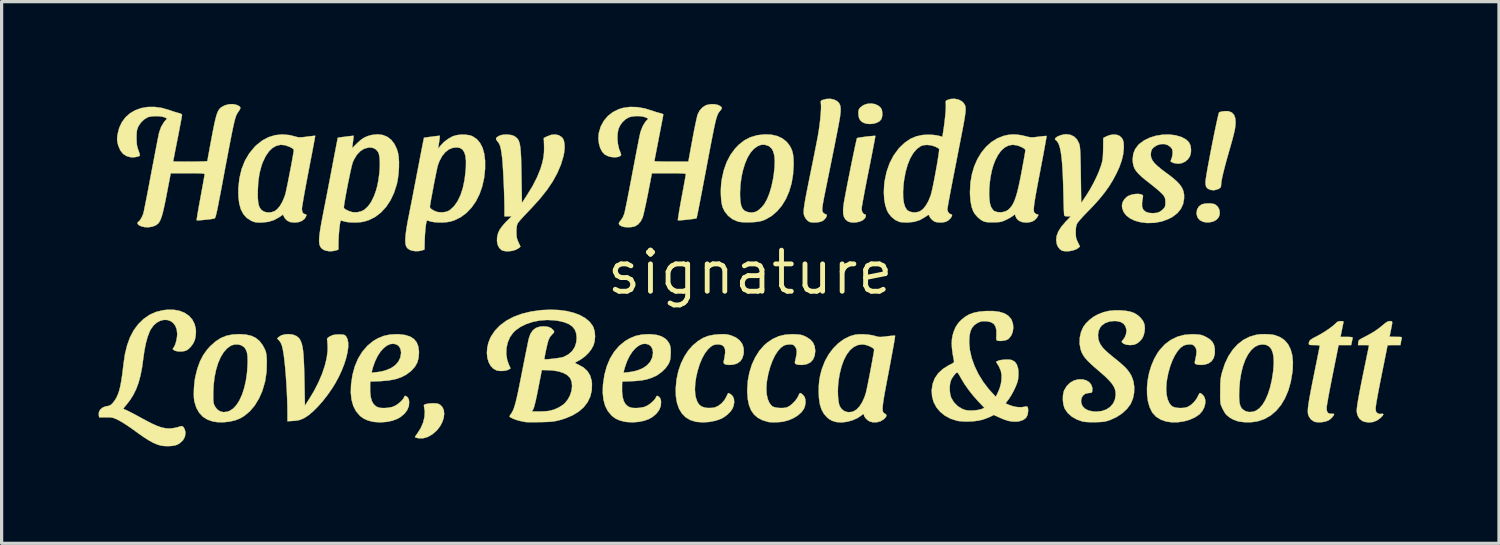
<source format=kicad_pcb>
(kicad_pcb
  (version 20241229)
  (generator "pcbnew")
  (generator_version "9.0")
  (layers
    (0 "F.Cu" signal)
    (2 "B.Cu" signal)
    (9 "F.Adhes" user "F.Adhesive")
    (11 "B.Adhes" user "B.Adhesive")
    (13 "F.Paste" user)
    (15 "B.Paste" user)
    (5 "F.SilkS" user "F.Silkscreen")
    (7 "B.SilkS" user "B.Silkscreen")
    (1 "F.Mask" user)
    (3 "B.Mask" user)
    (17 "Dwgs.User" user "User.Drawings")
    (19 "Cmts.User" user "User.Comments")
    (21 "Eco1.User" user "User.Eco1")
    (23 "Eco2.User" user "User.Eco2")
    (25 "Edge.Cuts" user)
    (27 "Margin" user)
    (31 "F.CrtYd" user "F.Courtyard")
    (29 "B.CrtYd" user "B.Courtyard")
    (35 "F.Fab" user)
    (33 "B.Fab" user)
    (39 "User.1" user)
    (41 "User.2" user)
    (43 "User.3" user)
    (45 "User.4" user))
  (footprint "signature"
    (layer "F.Cu")
    (at 20.147 5.376)
    (property "Reference" "signature" (at 0 0 0) (layer "F.SilkS") (effects (font (size 1.27 1.27) (thickness 0.15))))
    (attr through_hole)
    (fp_poly (pts (xy 14.234 -2.136) (xy 14.325 -2.122) (xy 14.374 -2.105) (xy 14.45 -2.044) (xy 14.499 -1.959) (xy 14.519 -1.86) (xy 14.506 -1.76) (xy 14.477 -1.697) (xy 14.411 -1.627) (xy 14.317 -1.577) (xy 14.205 -1.551) (xy 14.086 -1.551) (xy 14.002 -1.568) (xy 13.903 -1.618) (xy 13.836 -1.694) (xy 13.804 -1.795) (xy 13.801 -1.841) (xy 13.819 -1.951) (xy 13.871 -2.04) (xy 13.953 -2.102) (xy 13.955 -2.102) (xy 14.032 -2.126) (xy 14.131 -2.137) (xy 14.234 -2.136)) (stroke (width 0.01) (type solid)) (fill yes) (layer "F.SilkS"))
    (fp_poly (pts (xy 3.855 -5.207) (xy 3.959 -5.161) (xy 4.039 -5.09) (xy 4.071 -5.022) (xy 4.085 -4.932) (xy 4.081 -4.836) (xy 4.058 -4.75) (xy 4.052 -4.739) (xy 3.999 -4.678) (xy 3.915 -4.632) (xy 3.813 -4.602) (xy 3.701 -4.592) (xy 3.592 -4.601) (xy 3.494 -4.634) (xy 3.488 -4.637) (xy 3.412 -4.694) (xy 3.365 -4.773) (xy 3.346 -4.88) (xy 3.344 -4.922) (xy 3.347 -4.995) (xy 3.36 -5.044) (xy 3.39 -5.086) (xy 3.414 -5.112) (xy 3.507 -5.178) (xy 3.619 -5.216) (xy 3.738 -5.226) (xy 3.855 -5.207)) (stroke (width 0.01) (type solid)) (fill yes) (layer "F.SilkS"))
    (fp_poly (pts (xy -9.709 4.047) (xy -9.645 4.06) (xy -9.591 4.088) (xy -9.586 4.091) (xy -9.517 4.162) (xy -9.476 4.257) (xy -9.463 4.369) (xy -9.478 4.492) (xy -9.519 4.62) (xy -9.586 4.748) (xy -9.677 4.868) (xy -9.704 4.896) (xy -9.833 5.006) (xy -9.968 5.083) (xy -10.105 5.124) (xy -10.237 5.127) (xy -10.275 5.12) (xy -10.33 5.106) (xy -10.363 5.094) (xy -10.367 5.092) (xy -10.359 5.073) (xy -10.331 5.03) (xy -10.296 4.982) (xy -10.191 4.818) (xy -10.115 4.644) (xy -10.072 4.466) (xy -10.062 4.293) (xy -10.087 4.134) (xy -10.09 4.103) (xy -10.069 4.083) (xy -10.019 4.066) (xy -9.953 4.054) (xy -9.867 4.045) (xy -9.798 4.043) (xy -9.709 4.047)) (stroke (width 0.01) (type solid)) (fill yes) (layer "F.SilkS"))
    (fp_poly (pts (xy 14.781 -4.987) (xy 14.8 -4.984) (xy 14.894 -4.945) (xy 14.959 -4.875) (xy 14.997 -4.773) (xy 15.007 -4.662) (xy 15.005 -4.592) (xy 14.999 -4.52) (xy 14.988 -4.441) (xy 14.969 -4.349) (xy 14.942 -4.238) (xy 14.906 -4.101) (xy 14.859 -3.934) (xy 14.824 -3.811) (xy 14.746 -3.538) (xy 14.682 -3.302) (xy 14.632 -3.106) (xy 14.595 -2.948) (xy 14.572 -2.829) (xy 14.563 -2.75) (xy 14.562 -2.742) (xy 14.557 -2.668) (xy 14.536 -2.622) (xy 14.489 -2.589) (xy 14.451 -2.573) (xy 14.341 -2.543) (xy 14.237 -2.554) (xy 14.189 -2.571) (xy 14.129 -2.608) (xy 14.094 -2.66) (xy 14.078 -2.739) (xy 14.077 -2.798) (xy 14.081 -2.846) (xy 14.092 -2.928) (xy 14.11 -3.039) (xy 14.133 -3.174) (xy 14.161 -3.328) (xy 14.193 -3.497) (xy 14.226 -3.676) (xy 14.262 -3.86) (xy 14.298 -4.045) (xy 14.334 -4.225) (xy 14.369 -4.395) (xy 14.402 -4.551) (xy 14.432 -4.689) (xy 14.458 -4.802) (xy 14.478 -4.888) (xy 14.493 -4.939) (xy 14.5 -4.954) (xy 14.55 -4.971) (xy 14.626 -4.984) (xy 14.708 -4.99) (xy 14.781 -4.987)) (stroke (width 0.01) (type solid)) (fill yes) (layer "F.SilkS"))
    (fp_poly (pts (xy 3.869 -4.224) (xy 3.866 -4.203) (xy 3.856 -4.143) (xy 3.839 -4.05) (xy 3.816 -3.928) (xy 3.787 -3.779) (xy 3.754 -3.609) (xy 3.717 -3.42) (xy 3.677 -3.218) (xy 3.663 -3.149) (xy 3.621 -2.94) (xy 3.582 -2.739) (xy 3.546 -2.554) (xy 3.515 -2.386) (xy 3.488 -2.242) (xy 3.467 -2.125) (xy 3.453 -2.04) (xy 3.446 -1.991) (xy 3.445 -1.985) (xy 3.453 -1.903) (xy 3.482 -1.84) (xy 3.524 -1.804) (xy 3.549 -1.799) (xy 3.573 -1.783) (xy 3.574 -1.744) (xy 3.553 -1.691) (xy 3.543 -1.675) (xy 3.48 -1.617) (xy 3.389 -1.575) (xy 3.283 -1.551) (xy 3.173 -1.545) (xy 3.072 -1.561) (xy 3.012 -1.587) (xy 2.944 -1.643) (xy 2.899 -1.718) (xy 2.875 -1.816) (xy 2.872 -1.942) (xy 2.888 -2.102) (xy 2.888 -2.103) (xy 2.898 -2.169) (xy 2.916 -2.266) (xy 2.939 -2.389) (xy 2.966 -2.534) (xy 2.997 -2.695) (xy 3.031 -2.868) (xy 3.067 -3.047) (xy 3.103 -3.228) (xy 3.139 -3.406) (xy 3.174 -3.576) (xy 3.207 -3.733) (xy 3.236 -3.873) (xy 3.262 -3.99) (xy 3.282 -4.079) (xy 3.296 -4.136) (xy 3.302 -4.155) (xy 3.327 -4.163) (xy 3.383 -4.173) (xy 3.462 -4.185) (xy 3.554 -4.198) (xy 3.649 -4.209) (xy 3.738 -4.218) (xy 3.81 -4.224) (xy 3.857 -4.226) (xy 3.869 -4.224)) (stroke (width 0.01) (type solid)) (fill yes) (layer "F.SilkS"))
    (fp_poly (pts (xy 2.59 -5.347) (xy 2.676 -5.305) (xy 2.739 -5.25) (xy 2.778 -5.178) (xy 2.796 -5.084) (xy 2.794 -4.961) (xy 2.775 -4.805) (xy 2.772 -4.785) (xy 2.756 -4.695) (xy 2.732 -4.564) (xy 2.7 -4.396) (xy 2.66 -4.192) (xy 2.613 -3.954) (xy 2.559 -3.684) (xy 2.498 -3.383) (xy 2.431 -3.053) (xy 2.359 -2.697) (xy 2.329 -2.551) (xy 2.292 -2.368) (xy 2.264 -2.222) (xy 2.244 -2.108) (xy 2.232 -2.022) (xy 2.227 -1.958) (xy 2.229 -1.911) (xy 2.238 -1.879) (xy 2.253 -1.854) (xy 2.262 -1.844) (xy 2.305 -1.812) (xy 2.339 -1.799) (xy 2.366 -1.786) (xy 2.367 -1.752) (xy 2.347 -1.706) (xy 2.309 -1.656) (xy 2.26 -1.611) (xy 2.223 -1.588) (xy 2.147 -1.563) (xy 2.049 -1.548) (xy 1.948 -1.546) (xy 1.86 -1.556) (xy 1.829 -1.566) (xy 1.769 -1.607) (xy 1.713 -1.674) (xy 1.672 -1.751) (xy 1.66 -1.791) (xy 1.655 -1.829) (xy 1.653 -1.873) (xy 1.655 -1.929) (xy 1.662 -1.998) (xy 1.674 -2.084) (xy 1.691 -2.192) (xy 1.715 -2.325) (xy 1.746 -2.486) (xy 1.784 -2.679) (xy 1.83 -2.907) (xy 1.865 -3.078) (xy 1.906 -3.281) (xy 1.946 -3.479) (xy 1.984 -3.668) (xy 2.018 -3.84) (xy 2.048 -3.992) (xy 2.072 -4.116) (xy 2.09 -4.208) (xy 2.096 -4.244) (xy 2.121 -4.398) (xy 2.144 -4.559) (xy 2.163 -4.72) (xy 2.177 -4.872) (xy 2.187 -5.007) (xy 2.191 -5.117) (xy 2.188 -5.194) (xy 2.188 -5.196) (xy 2.181 -5.263) (xy 2.185 -5.3) (xy 2.202 -5.32) (xy 2.236 -5.335) (xy 2.361 -5.367) (xy 2.487 -5.37) (xy 2.59 -5.347)) (stroke (width 0.01) (type solid)) (fill yes) (layer "F.SilkS"))
    (fp_poly (pts (xy -14.139 1.921) (xy -14.031 1.964) (xy -13.95 2.031) (xy -13.932 2.057) (xy -13.903 2.109) (xy -13.879 2.167) (xy -13.858 2.235) (xy -13.841 2.317) (xy -13.826 2.417) (xy -13.814 2.538) (xy -13.805 2.685) (xy -13.797 2.86) (xy -13.79 3.069) (xy -13.784 3.315) (xy -13.782 3.426) (xy -13.769 4.116) (xy -13.638 3.914) (xy -13.482 3.654) (xy -13.348 3.392) (xy -13.238 3.133) (xy -13.153 2.882) (xy -13.095 2.644) (xy -13.067 2.425) (xy -13.066 2.265) (xy -13.072 2.179) (xy -13.078 2.107) (xy -13.083 2.062) (xy -13.085 2.055) (xy -13.071 2.029) (xy -13.026 1.993) (xy -12.986 1.971) (xy -12.921 1.941) (xy -12.857 1.924) (xy -12.779 1.917) (xy -12.715 1.916) (xy -12.63 1.917) (xy -12.575 1.922) (xy -12.54 1.935) (xy -12.512 1.958) (xy -12.498 1.973) (xy -12.453 2.057) (xy -12.431 2.17) (xy -12.431 2.309) (xy -12.453 2.47) (xy -12.495 2.647) (xy -12.555 2.837) (xy -12.633 3.034) (xy -12.727 3.236) (xy -12.837 3.437) (xy -12.938 3.599) (xy -13.078 3.798) (xy -13.224 3.984) (xy -13.372 4.15) (xy -13.516 4.294) (xy -13.653 4.41) (xy -13.778 4.493) (xy -13.807 4.508) (xy -13.894 4.546) (xy -13.974 4.57) (xy -14.067 4.583) (xy -14.127 4.588) (xy -14.309 4.599) (xy -14.309 4.358) (xy -14.311 4.142) (xy -14.318 3.905) (xy -14.329 3.655) (xy -14.344 3.402) (xy -14.361 3.155) (xy -14.381 2.922) (xy -14.403 2.712) (xy -14.425 2.535) (xy -14.428 2.519) (xy -14.452 2.378) (xy -14.477 2.271) (xy -14.508 2.191) (xy -14.545 2.129) (xy -14.575 2.094) (xy -14.627 2.04) (xy -14.577 1.993) (xy -14.494 1.941) (xy -14.379 1.912) (xy -14.266 1.905) (xy -14.139 1.921)) (stroke (width 0.01) (type solid)) (fill yes) (layer "F.SilkS"))
    (fp_poly (pts (xy -15.601 1.918) (xy -15.432 1.956) (xy -15.291 2.022) (xy -15.173 2.118) (xy -15.075 2.247) (xy -15.013 2.364) (xy -14.988 2.423) (xy -14.971 2.48) (xy -14.96 2.546) (xy -14.952 2.632) (xy -14.947 2.745) (xy -14.955 3.069) (xy -15.002 3.375) (xy -15.087 3.664) (xy -15.189 3.895) (xy -15.321 4.112) (xy -15.474 4.293) (xy -15.649 4.437) (xy -15.776 4.512) (xy -15.927 4.571) (xy -16.104 4.611) (xy -16.291 4.631) (xy -16.476 4.627) (xy -16.616 4.606) (xy -16.782 4.549) (xy -16.923 4.459) (xy -17.038 4.337) (xy -17.125 4.183) (xy -17.183 4) (xy -17.19 3.965) (xy -17.201 3.867) (xy -17.202 3.839) (xy -16.603 3.839) (xy -16.602 3.929) (xy -16.598 3.994) (xy -16.59 4.043) (xy -16.577 4.084) (xy -16.558 4.125) (xy -16.552 4.137) (xy -16.483 4.232) (xy -16.392 4.293) (xy -16.286 4.318) (xy -16.169 4.304) (xy -16.097 4.278) (xy -15.985 4.205) (xy -15.883 4.094) (xy -15.791 3.948) (xy -15.711 3.772) (xy -15.645 3.568) (xy -15.593 3.34) (xy -15.558 3.093) (xy -15.543 2.877) (xy -15.539 2.713) (xy -15.544 2.583) (xy -15.559 2.482) (xy -15.586 2.403) (xy -15.625 2.338) (xy -15.664 2.296) (xy -15.742 2.248) (xy -15.841 2.224) (xy -15.948 2.227) (xy -16.048 2.257) (xy -16.057 2.261) (xy -16.175 2.345) (xy -16.282 2.466) (xy -16.376 2.621) (xy -16.455 2.805) (xy -16.519 3.017) (xy -16.566 3.251) (xy -16.594 3.504) (xy -16.602 3.715) (xy -16.603 3.839) (xy -17.202 3.839) (xy -17.204 3.74) (xy -17.2 3.596) (xy -17.189 3.448) (xy -17.172 3.307) (xy -17.156 3.217) (xy -17.092 2.964) (xy -17.012 2.745) (xy -16.913 2.554) (xy -16.791 2.383) (xy -16.691 2.273) (xy -16.531 2.131) (xy -16.369 2.026) (xy -16.196 1.956) (xy -16.005 1.917) (xy -15.801 1.906) (xy -15.601 1.918)) (stroke (width 0.01) (type solid)) (fill yes) (layer "F.SilkS"))
    (fp_poly (pts (xy 0.652 -4.262) (xy 0.832 -4.221) (xy 0.988 -4.15) (xy 1.119 -4.048) (xy 1.204 -3.945) (xy 1.259 -3.852) (xy 1.298 -3.759) (xy 1.323 -3.655) (xy 1.337 -3.532) (xy 1.342 -3.38) (xy 1.342 -3.323) (xy 1.324 -3.031) (xy 1.278 -2.757) (xy 1.203 -2.504) (xy 1.103 -2.273) (xy 0.978 -2.069) (xy 0.83 -1.893) (xy 0.661 -1.749) (xy 0.473 -1.64) (xy 0.385 -1.604) (xy 0.293 -1.58) (xy 0.174 -1.563) (xy 0.039 -1.553) (xy -0.099 -1.55) (xy -0.228 -1.554) (xy -0.336 -1.566) (xy -0.389 -1.579) (xy -0.55 -1.651) (xy -0.685 -1.756) (xy -0.791 -1.89) (xy -0.85 -2.009) (xy -0.878 -2.113) (xy -0.897 -2.247) (xy -0.907 -2.402) (xy -0.908 -2.491) (xy -0.315 -2.491) (xy -0.314 -2.346) (xy -0.303 -2.19) (xy -0.28 -2.07) (xy -0.243 -1.983) (xy -0.19 -1.921) (xy -0.117 -1.882) (xy -0.042 -1.863) (xy 0.01 -1.855) (xy 0.054 -1.855) (xy 0.109 -1.863) (xy 0.154 -1.873) (xy 0.214 -1.9) (xy 0.287 -1.954) (xy 0.362 -2.026) (xy 0.429 -2.107) (xy 0.442 -2.126) (xy 0.522 -2.27) (xy 0.594 -2.448) (xy 0.656 -2.655) (xy 0.705 -2.883) (xy 0.73 -3.044) (xy 0.754 -3.272) (xy 0.759 -3.464) (xy 0.745 -3.621) (xy 0.711 -3.745) (xy 0.659 -3.838) (xy 0.586 -3.902) (xy 0.563 -3.915) (xy 0.449 -3.952) (xy 0.339 -3.949) (xy 0.229 -3.907) (xy 0.114 -3.824) (xy 0.107 -3.818) (xy 0.009 -3.705) (xy -0.08 -3.558) (xy -0.157 -3.38) (xy -0.22 -3.179) (xy -0.269 -2.96) (xy -0.301 -2.728) (xy -0.315 -2.491) (xy -0.908 -2.491) (xy -0.908 -2.568) (xy -0.898 -2.734) (xy -0.88 -2.878) (xy -0.817 -3.162) (xy -0.728 -3.414) (xy -0.611 -3.637) (xy -0.466 -3.834) (xy -0.352 -3.952) (xy -0.184 -4.085) (xy -0.001 -4.18) (xy 0.203 -4.241) (xy 0.234 -4.247) (xy 0.452 -4.271) (xy 0.652 -4.262)) (stroke (width 0.01) (type solid)) (fill yes) (layer "F.SilkS"))
    (fp_poly (pts (xy 18.317 1.505) (xy 18.342 1.515) (xy 18.344 1.539) (xy 18.341 1.55) (xy 18.332 1.592) (xy 18.317 1.662) (xy 18.299 1.75) (xy 18.291 1.794) (xy 18.251 1.99) (xy 18.439 1.99) (xy 18.523 1.992) (xy 18.588 1.997) (xy 18.623 2.006) (xy 18.627 2.01) (xy 18.623 2.041) (xy 18.612 2.098) (xy 18.604 2.137) (xy 18.581 2.244) (xy 18.193 2.244) (xy 18.007 3.17) (xy 17.968 3.366) (xy 17.932 3.552) (xy 17.899 3.723) (xy 17.871 3.875) (xy 17.849 4.004) (xy 17.832 4.103) (xy 17.823 4.169) (xy 17.821 4.192) (xy 17.831 4.282) (xy 17.861 4.338) (xy 17.915 4.364) (xy 17.969 4.368) (xy 18.022 4.369) (xy 18.053 4.374) (xy 18.055 4.376) (xy 18.04 4.417) (xy 18 4.471) (xy 17.946 4.525) (xy 17.89 4.567) (xy 17.883 4.571) (xy 17.798 4.604) (xy 17.694 4.625) (xy 17.585 4.632) (xy 17.487 4.624) (xy 17.431 4.607) (xy 17.336 4.541) (xy 17.272 4.446) (xy 17.253 4.392) (xy 17.245 4.352) (xy 17.242 4.303) (xy 17.243 4.241) (xy 17.249 4.164) (xy 17.262 4.067) (xy 17.281 3.946) (xy 17.307 3.799) (xy 17.34 3.622) (xy 17.381 3.412) (xy 17.431 3.164) (xy 17.443 3.103) (xy 17.48 2.922) (xy 17.514 2.754) (xy 17.544 2.603) (xy 17.57 2.474) (xy 17.59 2.372) (xy 17.604 2.301) (xy 17.61 2.265) (xy 17.611 2.262) (xy 17.591 2.253) (xy 17.539 2.247) (xy 17.465 2.244) (xy 17.441 2.244) (xy 17.357 2.243) (xy 17.307 2.239) (xy 17.282 2.23) (xy 17.274 2.213) (xy 17.273 2.196) (xy 17.279 2.15) (xy 17.296 2.112) (xy 17.332 2.076) (xy 17.391 2.037) (xy 17.482 1.989) (xy 17.52 1.97) (xy 17.644 1.902) (xy 17.774 1.823) (xy 17.898 1.739) (xy 18.008 1.657) (xy 18.093 1.584) (xy 18.117 1.559) (xy 18.164 1.52) (xy 18.222 1.504) (xy 18.26 1.503) (xy 18.317 1.505)) (stroke (width 0.01) (type solid)) (fill yes) (layer "F.SilkS"))
    (fp_poly (pts (xy 16.044 1.911) (xy 16.167 1.925) (xy 16.22 1.936) (xy 16.384 1.999) (xy 16.521 2.092) (xy 16.629 2.217) (xy 16.708 2.372) (xy 16.759 2.556) (xy 16.78 2.769) (xy 16.772 3.011) (xy 16.763 3.091) (xy 16.713 3.384) (xy 16.637 3.65) (xy 16.536 3.888) (xy 16.411 4.097) (xy 16.265 4.273) (xy 16.098 4.416) (xy 15.911 4.525) (xy 15.706 4.596) (xy 15.669 4.604) (xy 15.491 4.629) (xy 15.306 4.631) (xy 15.131 4.61) (xy 15.071 4.597) (xy 14.945 4.551) (xy 14.827 4.486) (xy 14.732 4.409) (xy 14.69 4.361) (xy 14.657 4.308) (xy 14.617 4.234) (xy 14.588 4.176) (xy 14.568 4.131) (xy 14.553 4.091) (xy 14.543 4.048) (xy 14.537 3.994) (xy 14.533 3.923) (xy 14.532 3.825) (xy 14.532 3.813) (xy 15.116 3.813) (xy 15.121 3.948) (xy 15.134 4.052) (xy 15.158 4.132) (xy 15.193 4.194) (xy 15.225 4.229) (xy 15.319 4.29) (xy 15.429 4.315) (xy 15.548 4.305) (xy 15.635 4.274) (xy 15.741 4.201) (xy 15.839 4.089) (xy 15.928 3.942) (xy 16.007 3.764) (xy 16.074 3.556) (xy 16.128 3.324) (xy 16.168 3.07) (xy 16.172 3.031) (xy 16.188 2.81) (xy 16.183 2.626) (xy 16.157 2.478) (xy 16.11 2.364) (xy 16.041 2.284) (xy 15.95 2.237) (xy 15.841 2.223) (xy 15.716 2.243) (xy 15.598 2.302) (xy 15.491 2.399) (xy 15.394 2.529) (xy 15.31 2.691) (xy 15.239 2.882) (xy 15.183 3.099) (xy 15.143 3.341) (xy 15.121 3.604) (xy 15.12 3.642) (xy 15.116 3.813) (xy 14.532 3.813) (xy 14.533 3.695) (xy 14.533 3.672) (xy 14.534 3.53) (xy 14.537 3.419) (xy 14.542 3.332) (xy 14.551 3.258) (xy 14.564 3.187) (xy 14.583 3.11) (xy 14.591 3.081) (xy 14.677 2.818) (xy 14.788 2.585) (xy 14.922 2.384) (xy 15.077 2.215) (xy 15.252 2.081) (xy 15.445 1.984) (xy 15.65 1.925) (xy 15.768 1.91) (xy 15.905 1.906) (xy 16.044 1.911)) (stroke (width 0.01) (type solid)) (fill yes) (layer "F.SilkS"))
    (fp_poly (pts (xy -0.776 1.908) (xy -0.705 1.917) (xy -0.631 1.935) (xy -0.59 1.947) (xy -0.444 2.009) (xy -0.33 2.096) (xy -0.249 2.204) (xy -0.205 2.331) (xy -0.199 2.472) (xy -0.21 2.543) (xy -0.248 2.659) (xy -0.308 2.744) (xy -0.396 2.807) (xy -0.409 2.813) (xy -0.488 2.84) (xy -0.58 2.855) (xy -0.672 2.857) (xy -0.75 2.847) (xy -0.793 2.829) (xy -0.811 2.813) (xy -0.821 2.793) (xy -0.821 2.759) (xy -0.811 2.703) (xy -0.794 2.62) (xy -0.774 2.48) (xy -0.779 2.373) (xy -0.81 2.296) (xy -0.868 2.247) (xy -0.956 2.225) (xy -1.001 2.223) (xy -1.087 2.23) (xy -1.161 2.255) (xy -1.233 2.306) (xy -1.316 2.386) (xy -1.316 2.386) (xy -1.407 2.507) (xy -1.49 2.66) (xy -1.564 2.838) (xy -1.624 3.031) (xy -1.671 3.231) (xy -1.7 3.428) (xy -1.71 3.613) (xy -1.699 3.779) (xy -1.685 3.852) (xy -1.641 3.984) (xy -1.584 4.079) (xy -1.508 4.141) (xy -1.407 4.176) (xy -1.322 4.187) (xy -1.231 4.188) (xy -1.14 4.18) (xy -1.088 4.169) (xy -0.984 4.122) (xy -0.883 4.043) (xy -0.796 3.943) (xy -0.738 3.843) (xy -0.71 3.781) (xy -0.688 3.739) (xy -0.677 3.726) (xy -0.654 3.736) (xy -0.61 3.76) (xy -0.599 3.767) (xy -0.537 3.828) (xy -0.503 3.914) (xy -0.496 4.018) (xy -0.518 4.132) (xy -0.551 4.213) (xy -0.608 4.296) (xy -0.693 4.382) (xy -0.792 4.46) (xy -0.895 4.52) (xy -0.899 4.522) (xy -1.071 4.582) (xy -1.264 4.62) (xy -1.463 4.633) (xy -1.652 4.619) (xy -1.692 4.612) (xy -1.858 4.56) (xy -1.998 4.475) (xy -2.113 4.358) (xy -2.201 4.211) (xy -2.263 4.034) (xy -2.298 3.829) (xy -2.304 3.598) (xy -2.282 3.342) (xy -2.276 3.301) (xy -2.223 3.05) (xy -2.141 2.812) (xy -2.035 2.594) (xy -1.908 2.401) (xy -1.771 2.25) (xy -1.616 2.12) (xy -1.462 2.025) (xy -1.3 1.961) (xy -1.118 1.924) (xy -0.971 1.911) (xy -0.86 1.907) (xy -0.776 1.908)) (stroke (width 0.01) (type solid)) (fill yes) (layer "F.SilkS"))
    (fp_poly (pts (xy -10.849 1.91) (xy -10.665 1.933) (xy -10.516 1.981) (xy -10.4 2.055) (xy -10.316 2.155) (xy -10.264 2.283) (xy -10.243 2.438) (xy -10.242 2.475) (xy -10.255 2.644) (xy -10.296 2.787) (xy -10.367 2.913) (xy -10.475 3.032) (xy -10.495 3.051) (xy -10.634 3.157) (xy -10.793 3.239) (xy -10.975 3.299) (xy -11.185 3.339) (xy -11.429 3.359) (xy -11.446 3.36) (xy -11.748 3.371) (xy -11.752 3.49) (xy -11.752 3.687) (xy -11.735 3.846) (xy -11.7 3.973) (xy -11.646 4.068) (xy -11.573 4.136) (xy -11.508 4.168) (xy -11.423 4.187) (xy -11.313 4.191) (xy -11.195 4.182) (xy -11.084 4.161) (xy -11.035 4.145) (xy -10.953 4.105) (xy -10.868 4.045) (xy -10.79 3.976) (xy -10.73 3.908) (xy -10.7 3.852) (xy -10.681 3.817) (xy -10.653 3.816) (xy -10.607 3.846) (xy -10.604 3.848) (xy -10.57 3.892) (xy -10.551 3.961) (xy -10.546 3.996) (xy -10.554 4.124) (xy -10.602 4.247) (xy -10.686 4.361) (xy -10.803 4.461) (xy -10.904 4.521) (xy -11.059 4.581) (xy -11.238 4.618) (xy -11.426 4.633) (xy -11.612 4.622) (xy -11.705 4.606) (xy -11.838 4.569) (xy -11.943 4.521) (xy -12.038 4.455) (xy -12.076 4.421) (xy -12.19 4.288) (xy -12.273 4.125) (xy -12.327 3.934) (xy -12.35 3.716) (xy -12.342 3.471) (xy -12.341 3.456) (xy -12.297 3.163) (xy -12.279 3.097) (xy -11.708 3.097) (xy -11.561 3.083) (xy -11.458 3.069) (xy -11.347 3.046) (xy -11.278 3.027) (xy -11.113 2.96) (xy -10.98 2.87) (xy -10.882 2.76) (xy -10.819 2.631) (xy -10.795 2.487) (xy -10.795 2.47) (xy -10.812 2.368) (xy -10.858 2.284) (xy -10.921 2.233) (xy -11.022 2.203) (xy -11.125 2.212) (xy -11.23 2.257) (xy -11.332 2.335) (xy -11.429 2.443) (xy -11.518 2.578) (xy -11.597 2.738) (xy -11.662 2.918) (xy -11.693 3.035) (xy -11.708 3.097) (xy -12.279 3.097) (xy -12.224 2.896) (xy -12.122 2.657) (xy -11.993 2.447) (xy -11.838 2.267) (xy -11.658 2.119) (xy -11.511 2.033) (xy -11.331 1.96) (xy -11.138 1.919) (xy -10.926 1.907) (xy -10.849 1.91)) (stroke (width 0.01) (type solid)) (fill yes) (layer "F.SilkS"))
    (fp_poly (pts (xy 13.732 1.91) (xy 13.837 1.916) (xy 13.913 1.925) (xy 13.974 1.94) (xy 14.035 1.964) (xy 14.091 1.992) (xy 14.21 2.064) (xy 14.291 2.145) (xy 14.341 2.243) (xy 14.365 2.364) (xy 14.366 2.376) (xy 14.363 2.526) (xy 14.327 2.651) (xy 14.26 2.747) (xy 14.163 2.814) (xy 14.038 2.851) (xy 13.943 2.857) (xy 13.865 2.853) (xy 13.802 2.842) (xy 13.772 2.831) (xy 13.753 2.813) (xy 13.746 2.789) (xy 13.75 2.748) (xy 13.765 2.678) (xy 13.768 2.667) (xy 13.793 2.536) (xy 13.8 2.437) (xy 13.787 2.36) (xy 13.754 2.298) (xy 13.746 2.288) (xy 13.706 2.247) (xy 13.664 2.228) (xy 13.602 2.223) (xy 13.585 2.223) (xy 13.505 2.23) (xy 13.429 2.248) (xy 13.406 2.257) (xy 13.31 2.323) (xy 13.217 2.427) (xy 13.13 2.563) (xy 13.051 2.725) (xy 12.982 2.91) (xy 12.926 3.111) (xy 12.885 3.324) (xy 12.872 3.421) (xy 12.862 3.607) (xy 12.874 3.775) (xy 12.907 3.921) (xy 12.959 4.039) (xy 13.029 4.124) (xy 13.045 4.137) (xy 13.112 4.166) (xy 13.206 4.185) (xy 13.312 4.191) (xy 13.418 4.183) (xy 13.509 4.163) (xy 13.515 4.16) (xy 13.616 4.103) (xy 13.714 4.016) (xy 13.797 3.91) (xy 13.837 3.836) (xy 13.867 3.777) (xy 13.892 3.736) (xy 13.903 3.725) (xy 13.942 3.741) (xy 13.989 3.781) (xy 14.031 3.831) (xy 14.044 3.853) (xy 14.072 3.949) (xy 14.068 4.06) (xy 14.036 4.175) (xy 13.978 4.284) (xy 13.898 4.377) (xy 13.894 4.381) (xy 13.759 4.474) (xy 13.596 4.549) (xy 13.415 4.601) (xy 13.225 4.63) (xy 13.037 4.632) (xy 12.861 4.606) (xy 12.859 4.606) (xy 12.688 4.546) (xy 12.549 4.458) (xy 12.442 4.343) (xy 12.426 4.319) (xy 12.349 4.16) (xy 12.297 3.975) (xy 12.271 3.771) (xy 12.269 3.552) (xy 12.291 3.327) (xy 12.335 3.101) (xy 12.402 2.881) (xy 12.49 2.673) (xy 12.598 2.483) (xy 12.668 2.387) (xy 12.828 2.215) (xy 13.007 2.082) (xy 13.205 1.986) (xy 13.422 1.928) (xy 13.657 1.909) (xy 13.732 1.91)) (stroke (width 0.01) (type solid)) (fill yes) (layer "F.SilkS"))
    (fp_poly (pts (xy 19.815 1.503) (xy 19.838 1.51) (xy 19.849 1.529) (xy 19.849 1.567) (xy 19.839 1.631) (xy 19.82 1.728) (xy 19.812 1.767) (xy 19.794 1.855) (xy 19.78 1.926) (xy 19.771 1.971) (xy 19.77 1.981) (xy 19.789 1.985) (xy 19.842 1.988) (xy 19.918 1.989) (xy 19.962 1.99) (xy 20.053 1.99) (xy 20.109 1.993) (xy 20.138 2) (xy 20.147 2.013) (xy 20.145 2.034) (xy 20.144 2.037) (xy 20.132 2.091) (xy 20.119 2.157) (xy 20.118 2.164) (xy 20.104 2.244) (xy 19.905 2.244) (xy 19.819 2.244) (xy 19.752 2.247) (xy 19.713 2.25) (xy 19.706 2.252) (xy 19.702 2.273) (xy 19.69 2.332) (xy 19.672 2.424) (xy 19.648 2.545) (xy 19.619 2.69) (xy 19.586 2.855) (xy 19.549 3.036) (xy 19.525 3.157) (xy 19.486 3.351) (xy 19.45 3.536) (xy 19.417 3.708) (xy 19.389 3.861) (xy 19.366 3.99) (xy 19.35 4.091) (xy 19.341 4.157) (xy 19.34 4.177) (xy 19.34 4.251) (xy 19.349 4.296) (xy 19.371 4.328) (xy 19.388 4.343) (xy 19.445 4.373) (xy 19.509 4.372) (xy 19.561 4.368) (xy 19.577 4.384) (xy 19.559 4.421) (xy 19.505 4.48) (xy 19.488 4.497) (xy 19.378 4.576) (xy 19.25 4.624) (xy 19.116 4.637) (xy 18.986 4.614) (xy 18.929 4.591) (xy 18.845 4.527) (xy 18.786 4.434) (xy 18.756 4.321) (xy 18.754 4.274) (xy 18.758 4.207) (xy 18.77 4.107) (xy 18.791 3.973) (xy 18.821 3.803) (xy 18.86 3.596) (xy 18.908 3.352) (xy 18.966 3.068) (xy 18.996 2.921) (xy 19.03 2.759) (xy 19.06 2.611) (xy 19.087 2.482) (xy 19.109 2.377) (xy 19.124 2.3) (xy 19.133 2.257) (xy 19.135 2.249) (xy 19.115 2.247) (xy 19.063 2.245) (xy 18.989 2.244) (xy 18.964 2.244) (xy 18.793 2.244) (xy 18.8 2.165) (xy 18.804 2.131) (xy 18.816 2.103) (xy 18.84 2.078) (xy 18.884 2.05) (xy 18.956 2.012) (xy 19.018 1.98) (xy 19.174 1.897) (xy 19.305 1.818) (xy 19.427 1.733) (xy 19.555 1.63) (xy 19.573 1.615) (xy 19.648 1.555) (xy 19.703 1.52) (xy 19.751 1.505) (xy 19.78 1.503) (xy 19.815 1.503)) (stroke (width 0.01) (type solid)) (fill yes) (layer "F.SilkS"))
    (fp_poly (pts (xy 1.369 1.91) (xy 1.475 1.916) (xy 1.553 1.925) (xy 1.617 1.941) (xy 1.681 1.967) (xy 1.724 1.987) (xy 1.851 2.067) (xy 1.939 2.163) (xy 1.992 2.278) (xy 2.01 2.417) (xy 2.01 2.432) (xy 1.992 2.575) (xy 1.942 2.69) (xy 1.863 2.777) (xy 1.754 2.833) (xy 1.617 2.857) (xy 1.582 2.857) (xy 1.498 2.853) (xy 1.434 2.841) (xy 1.409 2.829) (xy 1.389 2.812) (xy 1.381 2.789) (xy 1.385 2.751) (xy 1.4 2.685) (xy 1.405 2.664) (xy 1.432 2.534) (xy 1.439 2.434) (xy 1.425 2.356) (xy 1.389 2.294) (xy 1.385 2.288) (xy 1.345 2.247) (xy 1.303 2.228) (xy 1.24 2.223) (xy 1.224 2.223) (xy 1.144 2.23) (xy 1.069 2.247) (xy 1.046 2.256) (xy 0.948 2.324) (xy 0.854 2.429) (xy 0.765 2.566) (xy 0.686 2.731) (xy 0.617 2.919) (xy 0.56 3.125) (xy 0.519 3.343) (xy 0.509 3.422) (xy 0.499 3.604) (xy 0.51 3.77) (xy 0.543 3.916) (xy 0.595 4.035) (xy 0.665 4.122) (xy 0.684 4.137) (xy 0.745 4.164) (xy 0.834 4.182) (xy 0.936 4.19) (xy 1.038 4.187) (xy 1.125 4.172) (xy 1.135 4.169) (xy 1.215 4.128) (xy 1.301 4.059) (xy 1.384 3.975) (xy 1.45 3.886) (xy 1.48 3.83) (xy 1.508 3.772) (xy 1.531 3.734) (xy 1.541 3.725) (xy 1.581 3.742) (xy 1.629 3.782) (xy 1.673 3.836) (xy 1.685 3.858) (xy 1.707 3.934) (xy 1.709 4.031) (xy 1.692 4.132) (xy 1.662 4.211) (xy 1.587 4.317) (xy 1.477 4.415) (xy 1.342 4.5) (xy 1.189 4.566) (xy 1.027 4.61) (xy 1.014 4.612) (xy 0.914 4.624) (xy 0.802 4.631) (xy 0.693 4.632) (xy 0.601 4.627) (xy 0.561 4.621) (xy 0.384 4.569) (xy 0.237 4.493) (xy 0.119 4.392) (xy 0.028 4.263) (xy -0.036 4.104) (xy -0.076 3.914) (xy -0.092 3.691) (xy -0.092 3.619) (xy -0.075 3.353) (xy -0.026 3.095) (xy 0.05 2.85) (xy 0.153 2.626) (xy 0.279 2.425) (xy 0.427 2.255) (xy 0.521 2.172) (xy 0.698 2.053) (xy 0.88 1.971) (xy 1.076 1.923) (xy 1.292 1.908) (xy 1.369 1.91)) (stroke (width 0.01) (type solid)) (fill yes) (layer "F.SilkS"))
    (fp_poly (pts (xy -3.059 1.91) (xy -2.886 1.931) (xy -2.745 1.974) (xy -2.632 2.041) (xy -2.574 2.095) (xy -2.518 2.169) (xy -2.481 2.247) (xy -2.462 2.341) (xy -2.457 2.459) (xy -2.459 2.526) (xy -2.466 2.628) (xy -2.477 2.703) (xy -2.496 2.764) (xy -2.526 2.827) (xy -2.529 2.833) (xy -2.615 2.955) (xy -2.731 3.07) (xy -2.865 3.168) (xy -2.933 3.205) (xy -3.067 3.263) (xy -3.204 3.306) (xy -3.354 3.335) (xy -3.529 3.353) (xy -3.657 3.36) (xy -3.958 3.371) (xy -3.963 3.49) (xy -3.963 3.687) (xy -3.946 3.846) (xy -3.911 3.973) (xy -3.857 4.068) (xy -3.783 4.136) (xy -3.719 4.168) (xy -3.633 4.187) (xy -3.524 4.191) (xy -3.406 4.182) (xy -3.294 4.161) (xy -3.245 4.145) (xy -3.164 4.105) (xy -3.079 4.045) (xy -3.001 3.976) (xy -2.941 3.908) (xy -2.91 3.852) (xy -2.892 3.817) (xy -2.864 3.816) (xy -2.817 3.846) (xy -2.815 3.848) (xy -2.78 3.892) (xy -2.761 3.961) (xy -2.757 3.996) (xy -2.765 4.124) (xy -2.813 4.247) (xy -2.897 4.361) (xy -3.014 4.461) (xy -3.115 4.521) (xy -3.27 4.581) (xy -3.448 4.618) (xy -3.637 4.633) (xy -3.822 4.622) (xy -3.916 4.606) (xy -4.048 4.569) (xy -4.154 4.521) (xy -4.248 4.455) (xy -4.287 4.421) (xy -4.4 4.288) (xy -4.484 4.125) (xy -4.537 3.934) (xy -4.56 3.716) (xy -4.553 3.471) (xy -4.551 3.456) (xy -4.507 3.163) (xy -4.489 3.097) (xy -3.918 3.097) (xy -3.771 3.083) (xy -3.669 3.069) (xy -3.558 3.046) (xy -3.489 3.027) (xy -3.323 2.96) (xy -3.191 2.87) (xy -3.092 2.76) (xy -3.03 2.631) (xy -3.006 2.487) (xy -3.006 2.47) (xy -3.022 2.368) (xy -3.069 2.284) (xy -3.132 2.233) (xy -3.232 2.203) (xy -3.336 2.212) (xy -3.44 2.257) (xy -3.542 2.335) (xy -3.64 2.443) (xy -3.729 2.578) (xy -3.807 2.738) (xy -3.872 2.918) (xy -3.904 3.035) (xy -3.918 3.097) (xy -4.489 3.097) (xy -4.434 2.896) (xy -4.333 2.657) (xy -4.204 2.447) (xy -4.049 2.267) (xy -3.869 2.119) (xy -3.722 2.033) (xy -3.541 1.96) (xy -3.349 1.919) (xy -3.136 1.907) (xy -3.059 1.91)) (stroke (width 0.01) (type solid)) (fill yes) (layer "F.SilkS"))
    (fp_poly (pts (xy -5.922 -4.245) (xy -5.831 -4.188) (xy -5.793 -4.145) (xy -5.76 -4.071) (xy -5.742 -3.967) (xy -5.74 -3.842) (xy -5.754 -3.703) (xy -5.775 -3.598) (xy -5.853 -3.338) (xy -5.963 -3.079) (xy -6.106 -2.818) (xy -6.284 -2.554) (xy -6.5 -2.283) (xy -6.754 -2.002) (xy -6.798 -1.956) (xy -6.899 -1.85) (xy -6.993 -1.75) (xy -7.074 -1.662) (xy -7.137 -1.59) (xy -7.177 -1.539) (xy -7.189 -1.522) (xy -7.21 -1.469) (xy -7.222 -1.401) (xy -7.228 -1.306) (xy -7.228 -1.259) (xy -7.226 -1.16) (xy -7.219 -1.086) (xy -7.203 -1.022) (xy -7.174 -0.952) (xy -7.166 -0.934) (xy -7.104 -0.799) (xy -7.163 -0.751) (xy -7.247 -0.703) (xy -7.353 -0.671) (xy -7.467 -0.656) (xy -7.576 -0.659) (xy -7.666 -0.682) (xy -7.689 -0.694) (xy -7.761 -0.762) (xy -7.808 -0.856) (xy -7.83 -0.969) (xy -7.826 -1.092) (xy -7.796 -1.217) (xy -7.747 -1.322) (xy -7.697 -1.394) (xy -7.628 -1.48) (xy -7.552 -1.564) (xy -7.526 -1.59) (xy -7.379 -1.736) (xy -7.599 -1.736) (xy -7.599 -1.96) (xy -7.6 -2.102) (xy -7.604 -2.267) (xy -7.609 -2.45) (xy -7.616 -2.642) (xy -7.625 -2.836) (xy -7.634 -3.024) (xy -7.644 -3.2) (xy -7.654 -3.355) (xy -7.664 -3.483) (xy -7.673 -3.576) (xy -7.674 -3.577) (xy -7.693 -3.718) (xy -7.711 -3.825) (xy -7.731 -3.905) (xy -7.754 -3.966) (xy -7.784 -4.016) (xy -7.814 -4.054) (xy -7.853 -4.107) (xy -7.859 -4.148) (xy -7.83 -4.185) (xy -7.764 -4.226) (xy -7.759 -4.228) (xy -7.684 -4.253) (xy -7.585 -4.264) (xy -7.478 -4.263) (xy -7.38 -4.249) (xy -7.306 -4.223) (xy -7.305 -4.222) (xy -7.257 -4.192) (xy -7.217 -4.159) (xy -7.183 -4.12) (xy -7.156 -4.071) (xy -7.134 -4.007) (xy -7.117 -3.926) (xy -7.103 -3.824) (xy -7.093 -3.696) (xy -7.085 -3.539) (xy -7.08 -3.35) (xy -7.075 -3.124) (xy -7.073 -2.985) (xy -7.059 -2.15) (xy -6.903 -2.39) (xy -6.727 -2.678) (xy -6.589 -2.948) (xy -6.488 -3.198) (xy -6.48 -3.223) (xy -6.427 -3.398) (xy -6.394 -3.554) (xy -6.376 -3.706) (xy -6.373 -3.872) (xy -6.374 -3.926) (xy -6.382 -4.159) (xy -6.285 -4.207) (xy -6.154 -4.256) (xy -6.031 -4.268) (xy -5.922 -4.245)) (stroke (width 0.01) (type solid)) (fill yes) (layer "F.SilkS"))
    (fp_poly (pts (xy 9.902 -4.257) (xy 10.016 -4.202) (xy 10.105 -4.113) (xy 10.167 -3.992) (xy 10.172 -3.978) (xy 10.182 -3.944) (xy 10.19 -3.903) (xy 10.196 -3.851) (xy 10.202 -3.784) (xy 10.207 -3.696) (xy 10.211 -3.585) (xy 10.214 -3.446) (xy 10.218 -3.274) (xy 10.221 -3.064) (xy 10.222 -3.006) (xy 10.234 -2.148) (xy 10.389 -2.381) (xy 10.502 -2.561) (xy 10.609 -2.755) (xy 10.707 -2.952) (xy 10.788 -3.139) (xy 10.848 -3.306) (xy 10.85 -3.313) (xy 10.874 -3.393) (xy 10.89 -3.465) (xy 10.901 -3.538) (xy 10.907 -3.625) (xy 10.911 -3.735) (xy 10.913 -3.831) (xy 10.917 -4.159) (xy 11.018 -4.211) (xy 11.123 -4.25) (xy 11.232 -4.266) (xy 11.335 -4.258) (xy 11.416 -4.226) (xy 11.423 -4.221) (xy 11.484 -4.166) (xy 11.524 -4.101) (xy 11.546 -4.018) (xy 11.552 -3.908) (xy 11.55 -3.831) (xy 11.53 -3.647) (xy 11.485 -3.459) (xy 11.414 -3.26) (xy 11.326 -3.068) (xy 11.215 -2.858) (xy 11.092 -2.659) (xy 10.951 -2.463) (xy 10.789 -2.263) (xy 10.6 -2.054) (xy 10.434 -1.883) (xy 10.341 -1.787) (xy 10.256 -1.696) (xy 10.185 -1.615) (xy 10.133 -1.551) (xy 10.106 -1.512) (xy 10.083 -1.45) (xy 10.07 -1.374) (xy 10.065 -1.27) (xy 10.065 -1.248) (xy 10.067 -1.152) (xy 10.075 -1.081) (xy 10.092 -1.019) (xy 10.123 -0.95) (xy 10.13 -0.936) (xy 10.195 -0.805) (xy 10.15 -0.763) (xy 10.078 -0.717) (xy 9.979 -0.682) (xy 9.868 -0.661) (xy 9.758 -0.656) (xy 9.664 -0.669) (xy 9.641 -0.676) (xy 9.574 -0.722) (xy 9.516 -0.795) (xy 9.482 -0.87) (xy 9.461 -1.002) (xy 9.476 -1.135) (xy 9.528 -1.271) (xy 9.618 -1.413) (xy 9.747 -1.564) (xy 9.748 -1.565) (xy 9.912 -1.736) (xy 9.814 -1.736) (xy 9.753 -1.739) (xy 9.721 -1.751) (xy 9.708 -1.778) (xy 9.707 -1.783) (xy 9.704 -1.817) (xy 9.7 -1.886) (xy 9.696 -1.986) (xy 9.692 -2.11) (xy 9.688 -2.251) (xy 9.685 -2.401) (xy 9.677 -2.714) (xy 9.667 -2.988) (xy 9.654 -3.225) (xy 9.64 -3.428) (xy 9.622 -3.598) (xy 9.601 -3.74) (xy 9.577 -3.855) (xy 9.549 -3.946) (xy 9.516 -4.016) (xy 9.478 -4.067) (xy 9.454 -4.089) (xy 9.424 -4.116) (xy 9.425 -4.139) (xy 9.45 -4.168) (xy 9.499 -4.204) (xy 9.576 -4.236) (xy 9.664 -4.262) (xy 9.747 -4.275) (xy 9.767 -4.276) (xy 9.902 -4.257)) (stroke (width 0.01) (type solid)) (fill yes) (layer "F.SilkS"))
    (fp_poly (pts (xy -14.249 -4.25) (xy -14.086 -4.21) (xy -14.025 -4.193) (xy -13.975 -4.182) (xy -13.924 -4.179) (xy -13.861 -4.182) (xy -13.774 -4.191) (xy -13.702 -4.201) (xy -13.605 -4.213) (xy -13.526 -4.222) (xy -13.471 -4.227) (xy -13.451 -4.228) (xy -13.454 -4.207) (xy -13.464 -4.148) (xy -13.481 -4.055) (xy -13.504 -3.933) (xy -13.532 -3.784) (xy -13.564 -3.614) (xy -13.601 -3.425) (xy -13.64 -3.221) (xy -13.655 -3.143) (xy -13.695 -2.932) (xy -13.733 -2.731) (xy -13.767 -2.544) (xy -13.798 -2.375) (xy -13.823 -2.23) (xy -13.843 -2.111) (xy -13.857 -2.025) (xy -13.863 -1.974) (xy -13.863 -1.966) (xy -13.851 -1.881) (xy -13.816 -1.823) (xy -13.759 -1.8) (xy -13.75 -1.799) (xy -13.724 -1.79) (xy -13.726 -1.755) (xy -13.728 -1.752) (xy -13.775 -1.664) (xy -13.856 -1.599) (xy -13.965 -1.558) (xy -14.091 -1.545) (xy -14.219 -1.559) (xy -14.316 -1.602) (xy -14.387 -1.676) (xy -14.404 -1.705) (xy -14.447 -1.789) (xy -14.563 -1.711) (xy -14.727 -1.621) (xy -14.901 -1.567) (xy -15.094 -1.546) (xy -15.131 -1.545) (xy -15.228 -1.547) (xy -15.299 -1.554) (xy -15.359 -1.57) (xy -15.424 -1.598) (xy -15.446 -1.609) (xy -15.573 -1.694) (xy -15.673 -1.808) (xy -15.749 -1.953) (xy -15.799 -2.13) (xy -15.825 -2.341) (xy -15.826 -2.477) (xy -15.228 -2.477) (xy -15.226 -2.315) (xy -15.216 -2.189) (xy -15.199 -2.091) (xy -15.171 -2.016) (xy -15.131 -1.956) (xy -15.103 -1.927) (xy -15.023 -1.878) (xy -14.922 -1.856) (xy -14.812 -1.862) (xy -14.709 -1.896) (xy -14.624 -1.959) (xy -14.541 -2.059) (xy -14.465 -2.189) (xy -14.4 -2.345) (xy -14.377 -2.414) (xy -14.364 -2.462) (xy -14.346 -2.546) (xy -14.322 -2.658) (xy -14.295 -2.79) (xy -14.266 -2.937) (xy -14.236 -3.091) (xy -14.206 -3.245) (xy -14.178 -3.393) (xy -14.154 -3.528) (xy -14.134 -3.643) (xy -14.119 -3.73) (xy -14.114 -3.767) (xy -14.116 -3.798) (xy -14.135 -3.824) (xy -14.179 -3.853) (xy -14.235 -3.883) (xy -14.38 -3.936) (xy -14.518 -3.949) (xy -14.648 -3.92) (xy -14.77 -3.852) (xy -14.881 -3.745) (xy -14.982 -3.599) (xy -15.07 -3.416) (xy -15.11 -3.307) (xy -15.174 -3.066) (xy -15.213 -2.792) (xy -15.228 -2.484) (xy -15.228 -2.477) (xy -15.826 -2.477) (xy -15.827 -2.585) (xy -15.826 -2.614) (xy -15.793 -2.916) (xy -15.727 -3.195) (xy -15.627 -3.449) (xy -15.493 -3.678) (xy -15.326 -3.882) (xy -15.267 -3.94) (xy -15.087 -4.082) (xy -14.893 -4.185) (xy -14.687 -4.247) (xy -14.471 -4.269) (xy -14.249 -4.25)) (stroke (width 0.01) (type solid)) (fill yes) (layer "F.SilkS"))
    (fp_poly (pts (xy 13.151 -4.243) (xy 13.333 -4.189) (xy 13.361 -4.176) (xy 13.482 -4.109) (xy 13.564 -4.028) (xy 13.613 -3.928) (xy 13.63 -3.804) (xy 13.627 -3.715) (xy 13.598 -3.6) (xy 13.536 -3.503) (xy 13.449 -3.429) (xy 13.344 -3.381) (xy 13.228 -3.364) (xy 13.108 -3.382) (xy 13.07 -3.396) (xy 13.022 -3.417) (xy 13.002 -3.435) (xy 13.006 -3.466) (xy 13.028 -3.521) (xy 13.047 -3.589) (xy 13.059 -3.673) (xy 13.06 -3.706) (xy 13.056 -3.777) (xy 13.039 -3.826) (xy 13.001 -3.873) (xy 12.99 -3.884) (xy 12.901 -3.945) (xy 12.796 -3.973) (xy 12.683 -3.968) (xy 12.572 -3.932) (xy 12.473 -3.866) (xy 12.424 -3.813) (xy 12.399 -3.758) (xy 12.388 -3.69) (xy 12.387 -3.61) (xy 12.404 -3.535) (xy 12.441 -3.46) (xy 12.501 -3.382) (xy 12.589 -3.296) (xy 12.706 -3.199) (xy 12.856 -3.085) (xy 12.89 -3.061) (xy 13.056 -2.935) (xy 13.186 -2.823) (xy 13.284 -2.718) (xy 13.353 -2.616) (xy 13.395 -2.513) (xy 13.415 -2.404) (xy 13.415 -2.284) (xy 13.415 -2.284) (xy 13.384 -2.117) (xy 13.316 -1.969) (xy 13.211 -1.839) (xy 13.068 -1.728) (xy 12.943 -1.659) (xy 12.732 -1.58) (xy 12.505 -1.537) (xy 12.271 -1.53) (xy 12.062 -1.556) (xy 11.887 -1.605) (xy 11.741 -1.676) (xy 11.626 -1.766) (xy 11.545 -1.873) (xy 11.501 -1.995) (xy 11.494 -2.075) (xy 11.512 -2.168) (xy 11.564 -2.259) (xy 11.639 -2.335) (xy 11.692 -2.369) (xy 11.79 -2.406) (xy 11.9 -2.427) (xy 12.005 -2.431) (xy 12.091 -2.416) (xy 12.094 -2.414) (xy 12.135 -2.393) (xy 12.146 -2.363) (xy 12.141 -2.323) (xy 12.13 -2.26) (xy 12.119 -2.18) (xy 12.115 -2.147) (xy 12.117 -2.032) (xy 12.153 -1.944) (xy 12.222 -1.881) (xy 12.324 -1.844) (xy 12.446 -1.834) (xy 12.563 -1.843) (xy 12.655 -1.873) (xy 12.737 -1.931) (xy 12.774 -1.968) (xy 12.81 -2.01) (xy 12.829 -2.051) (xy 12.836 -2.108) (xy 12.838 -2.169) (xy 12.835 -2.25) (xy 12.822 -2.309) (xy 12.794 -2.363) (xy 12.771 -2.395) (xy 12.732 -2.438) (xy 12.666 -2.501) (xy 12.577 -2.578) (xy 12.473 -2.663) (xy 12.375 -2.741) (xy 12.218 -2.864) (xy 12.094 -2.969) (xy 11.998 -3.061) (xy 11.928 -3.145) (xy 11.879 -3.226) (xy 11.848 -3.309) (xy 11.832 -3.399) (xy 11.826 -3.5) (xy 11.826 -3.504) (xy 11.844 -3.667) (xy 11.9 -3.811) (xy 11.995 -3.939) (xy 12.032 -3.976) (xy 12.179 -4.084) (xy 12.353 -4.169) (xy 12.545 -4.229) (xy 12.748 -4.261) (xy 12.953 -4.267) (xy 13.151 -4.243)) (stroke (width 0.01) (type solid)) (fill yes) (layer "F.SilkS"))
    (fp_poly (pts (xy 3.641 1.92) (xy 3.779 1.941) (xy 3.863 1.963) (xy 3.922 1.98) (xy 3.971 1.99) (xy 4.023 1.993) (xy 4.088 1.989) (xy 4.18 1.979) (xy 4.229 1.972) (xy 4.325 1.961) (xy 4.404 1.954) (xy 4.459 1.951) (xy 4.48 1.954) (xy 4.478 1.976) (xy 4.469 2.037) (xy 4.454 2.131) (xy 4.433 2.254) (xy 4.406 2.404) (xy 4.374 2.575) (xy 4.339 2.764) (xy 4.301 2.968) (xy 4.288 3.036) (xy 4.238 3.298) (xy 4.196 3.521) (xy 4.161 3.709) (xy 4.134 3.866) (xy 4.114 3.993) (xy 4.101 4.095) (xy 4.094 4.175) (xy 4.093 4.236) (xy 4.098 4.28) (xy 4.108 4.313) (xy 4.123 4.335) (xy 4.144 4.352) (xy 4.161 4.361) (xy 4.205 4.394) (xy 4.212 4.433) (xy 4.183 4.483) (xy 4.135 4.532) (xy 4.036 4.596) (xy 3.918 4.63) (xy 3.795 4.632) (xy 3.697 4.607) (xy 3.634 4.568) (xy 3.575 4.513) (xy 3.531 4.453) (xy 3.514 4.4) (xy 3.514 4.399) (xy 3.511 4.375) (xy 3.497 4.374) (xy 3.463 4.399) (xy 3.447 4.413) (xy 3.318 4.5) (xy 3.165 4.568) (xy 3.001 4.614) (xy 2.837 4.635) (xy 2.687 4.627) (xy 2.656 4.621) (xy 2.542 4.588) (xy 2.451 4.54) (xy 2.376 4.48) (xy 2.278 4.369) (xy 2.205 4.236) (xy 2.154 4.077) (xy 2.126 3.888) (xy 2.117 3.683) (xy 2.118 3.651) (xy 2.71 3.651) (xy 2.713 3.801) (xy 2.724 3.937) (xy 2.742 4.051) (xy 2.767 4.132) (xy 2.767 4.132) (xy 2.831 4.227) (xy 2.919 4.29) (xy 3.023 4.319) (xy 3.138 4.311) (xy 3.202 4.289) (xy 3.294 4.231) (xy 3.382 4.136) (xy 3.462 4.01) (xy 3.531 3.861) (xy 3.577 3.721) (xy 3.59 3.665) (xy 3.609 3.577) (xy 3.633 3.465) (xy 3.659 3.333) (xy 3.687 3.19) (xy 3.716 3.04) (xy 3.744 2.892) (xy 3.77 2.751) (xy 3.793 2.624) (xy 3.812 2.518) (xy 3.825 2.438) (xy 3.831 2.391) (xy 3.831 2.386) (xy 3.812 2.352) (xy 3.762 2.316) (xy 3.69 2.28) (xy 3.608 2.249) (xy 3.524 2.229) (xy 3.46 2.223) (xy 3.325 2.243) (xy 3.2 2.303) (xy 3.086 2.401) (xy 2.984 2.535) (xy 2.896 2.704) (xy 2.823 2.905) (xy 2.765 3.138) (xy 2.73 3.351) (xy 2.716 3.498) (xy 2.71 3.651) (xy 2.118 3.651) (xy 2.121 3.501) (xy 2.135 3.344) (xy 2.16 3.195) (xy 2.2 3.04) (xy 2.224 2.96) (xy 2.313 2.734) (xy 2.429 2.527) (xy 2.568 2.343) (xy 2.726 2.186) (xy 2.899 2.06) (xy 3.083 1.969) (xy 3.233 1.925) (xy 3.351 1.911) (xy 3.493 1.909) (xy 3.641 1.92)) (stroke (width 0.01) (type solid)) (fill yes) (layer "F.SilkS"))
    (fp_poly (pts (xy 8.251 -4.264) (xy 8.401 -4.241) (xy 8.53 -4.21) (xy 8.603 -4.192) (xy 8.662 -4.182) (xy 8.72 -4.179) (xy 8.79 -4.184) (xy 8.884 -4.195) (xy 8.921 -4.2) (xy 9.016 -4.211) (xy 9.093 -4.219) (xy 9.145 -4.223) (xy 9.163 -4.221) (xy 9.161 -4.199) (xy 9.151 -4.14) (xy 9.135 -4.047) (xy 9.113 -3.924) (xy 9.086 -3.776) (xy 9.055 -3.607) (xy 9.019 -3.42) (xy 8.981 -3.219) (xy 8.976 -3.191) (xy 8.925 -2.926) (xy 8.882 -2.699) (xy 8.847 -2.508) (xy 8.818 -2.348) (xy 8.797 -2.217) (xy 8.781 -2.112) (xy 8.772 -2.029) (xy 8.767 -1.966) (xy 8.768 -1.918) (xy 8.773 -1.884) (xy 8.782 -1.859) (xy 8.795 -1.841) (xy 8.838 -1.809) (xy 8.872 -1.799) (xy 8.903 -1.793) (xy 8.907 -1.77) (xy 8.884 -1.724) (xy 8.864 -1.693) (xy 8.79 -1.615) (xy 8.696 -1.567) (xy 8.574 -1.546) (xy 8.53 -1.545) (xy 8.402 -1.56) (xy 8.303 -1.604) (xy 8.234 -1.675) (xy 8.21 -1.724) (xy 8.183 -1.798) (xy 8.113 -1.745) (xy 8.058 -1.708) (xy 7.98 -1.664) (xy 7.9 -1.624) (xy 7.83 -1.593) (xy 7.769 -1.572) (xy 7.705 -1.56) (xy 7.623 -1.554) (xy 7.535 -1.551) (xy 7.408 -1.551) (xy 7.314 -1.558) (xy 7.241 -1.573) (xy 7.22 -1.58) (xy 7.129 -1.63) (xy 7.036 -1.707) (xy 6.953 -1.801) (xy 6.9 -1.884) (xy 6.848 -2.024) (xy 6.813 -2.2) (xy 6.796 -2.412) (xy 6.796 -2.433) (xy 7.387 -2.433) (xy 7.394 -2.275) (xy 7.412 -2.141) (xy 7.442 -2.038) (xy 7.448 -2.026) (xy 7.485 -1.964) (xy 7.524 -1.916) (xy 7.543 -1.901) (xy 7.649 -1.866) (xy 7.768 -1.861) (xy 7.883 -1.887) (xy 7.96 -1.927) (xy 8.021 -1.979) (xy 8.076 -2.044) (xy 8.127 -2.126) (xy 8.174 -2.228) (xy 8.219 -2.356) (xy 8.263 -2.511) (xy 8.307 -2.698) (xy 8.354 -2.921) (xy 8.393 -3.125) (xy 8.422 -3.284) (xy 8.449 -3.429) (xy 8.472 -3.556) (xy 8.49 -3.66) (xy 8.502 -3.735) (xy 8.509 -3.775) (xy 8.509 -3.78) (xy 8.49 -3.815) (xy 8.437 -3.854) (xy 8.358 -3.893) (xy 8.262 -3.928) (xy 8.257 -3.929) (xy 8.121 -3.95) (xy 7.992 -3.929) (xy 7.872 -3.868) (xy 7.76 -3.769) (xy 7.66 -3.632) (xy 7.572 -3.459) (xy 7.516 -3.313) (xy 7.47 -3.15) (xy 7.434 -2.973) (xy 7.408 -2.79) (xy 7.392 -2.607) (xy 7.387 -2.433) (xy 6.796 -2.433) (xy 6.795 -2.501) (xy 6.81 -2.778) (xy 6.855 -3.04) (xy 6.928 -3.286) (xy 7.027 -3.511) (xy 7.149 -3.712) (xy 7.294 -3.888) (xy 7.458 -4.034) (xy 7.639 -4.147) (xy 7.837 -4.225) (xy 7.977 -4.256) (xy 8.114 -4.269) (xy 8.251 -4.264)) (stroke (width 0.01) (type solid)) (fill yes) (layer "F.SilkS"))
    (fp_poly (pts (xy -17.817 1.153) (xy -17.639 1.187) (xy -17.483 1.25) (xy -17.353 1.34) (xy -17.251 1.455) (xy -17.18 1.592) (xy -17.143 1.748) (xy -17.139 1.833) (xy -17.145 1.928) (xy -17.159 2.024) (xy -17.175 2.09) (xy -17.222 2.192) (xy -17.292 2.289) (xy -17.372 2.369) (xy -17.428 2.407) (xy -17.505 2.432) (xy -17.6 2.443) (xy -17.696 2.439) (xy -17.778 2.421) (xy -17.809 2.406) (xy -17.848 2.378) (xy -17.854 2.357) (xy -17.833 2.328) (xy -17.798 2.271) (xy -17.766 2.185) (xy -17.739 2.083) (xy -17.722 1.978) (xy -17.717 1.898) (xy -17.733 1.757) (xy -17.778 1.644) (xy -17.845 1.557) (xy -17.931 1.498) (xy -18.029 1.467) (xy -18.135 1.465) (xy -18.244 1.493) (xy -18.35 1.55) (xy -18.449 1.637) (xy -18.534 1.755) (xy -18.564 1.812) (xy -18.63 1.98) (xy -18.687 2.186) (xy -18.734 2.426) (xy -18.764 2.637) (xy -18.803 2.925) (xy -18.852 3.178) (xy -18.911 3.4) (xy -18.984 3.598) (xy -19.071 3.777) (xy -19.176 3.944) (xy -19.285 4.085) (xy -19.39 4.212) (xy -19.278 4.262) (xy -19.222 4.289) (xy -19.138 4.332) (xy -19.034 4.386) (xy -18.92 4.447) (xy -18.837 4.493) (xy -18.639 4.6) (xy -18.471 4.685) (xy -18.326 4.748) (xy -18.197 4.791) (xy -18.08 4.816) (xy -17.968 4.824) (xy -17.855 4.815) (xy -17.734 4.791) (xy -17.601 4.753) (xy -17.585 4.748) (xy -17.549 4.757) (xy -17.512 4.797) (xy -17.483 4.858) (xy -17.465 4.931) (xy -17.463 4.97) (xy -17.483 5.086) (xy -17.542 5.19) (xy -17.639 5.278) (xy -17.715 5.324) (xy -17.789 5.347) (xy -17.891 5.363) (xy -18.006 5.369) (xy -18.122 5.365) (xy -18.224 5.351) (xy -18.241 5.347) (xy -18.351 5.312) (xy -18.47 5.259) (xy -18.603 5.186) (xy -18.754 5.089) (xy -18.929 4.967) (xy -19.008 4.909) (xy -19.135 4.817) (xy -19.261 4.731) (xy -19.378 4.655) (xy -19.478 4.595) (xy -19.537 4.564) (xy -19.623 4.523) (xy -19.688 4.498) (xy -19.748 4.484) (xy -19.817 4.478) (xy -19.912 4.477) (xy -19.923 4.477) (xy -20.13 4.477) (xy -20.142 4.41) (xy -20.139 4.321) (xy -20.1 4.242) (xy -20.03 4.18) (xy -19.935 4.141) (xy -19.888 4.133) (xy -19.818 4.118) (xy -19.764 4.087) (xy -19.717 4.041) (xy -19.655 3.964) (xy -19.602 3.879) (xy -19.556 3.781) (xy -19.515 3.665) (xy -19.48 3.527) (xy -19.448 3.362) (xy -19.418 3.165) (xy -19.39 2.933) (xy -19.379 2.836) (xy -19.333 2.524) (xy -19.265 2.246) (xy -19.176 2.002) (xy -19.063 1.788) (xy -18.926 1.602) (xy -18.763 1.442) (xy -18.743 1.425) (xy -18.565 1.304) (xy -18.371 1.218) (xy -18.155 1.166) (xy -18.013 1.15) (xy -17.817 1.153)) (stroke (width 0.01) (type solid)) (fill yes) (layer "F.SilkS"))
    (fp_poly (pts (xy -11.361 -4.252) (xy -11.22 -4.195) (xy -11.099 -4.101) (xy -11 -3.973) (xy -10.924 -3.811) (xy -10.888 -3.688) (xy -10.869 -3.566) (xy -10.86 -3.415) (xy -10.862 -3.246) (xy -10.873 -3.071) (xy -10.894 -2.903) (xy -10.923 -2.751) (xy -10.929 -2.726) (xy -11.014 -2.464) (xy -11.124 -2.23) (xy -11.258 -2.028) (xy -11.415 -1.858) (xy -11.591 -1.722) (xy -11.787 -1.623) (xy -11.927 -1.578) (xy -12.035 -1.558) (xy -12.165 -1.548) (xy -12.3 -1.547) (xy -12.426 -1.555) (xy -12.529 -1.573) (xy -12.543 -1.577) (xy -12.605 -1.595) (xy -12.648 -1.606) (xy -12.659 -1.608) (xy -12.669 -1.589) (xy -12.681 -1.535) (xy -12.693 -1.454) (xy -12.705 -1.354) (xy -12.715 -1.243) (xy -12.724 -1.129) (xy -12.729 -1.02) (xy -12.731 -0.953) (xy -12.734 -0.709) (xy -12.807 -0.684) (xy -12.914 -0.661) (xy -13.029 -0.659) (xy -13.134 -0.679) (xy -13.192 -0.703) (xy -13.24 -0.736) (xy -13.278 -0.775) (xy -13.305 -0.825) (xy -13.323 -0.888) (xy -13.33 -0.969) (xy -13.327 -1.072) (xy -13.314 -1.199) (xy -13.291 -1.356) (xy -13.258 -1.545) (xy -13.215 -1.77) (xy -13.201 -1.841) (xy -13.171 -1.998) (xy -12.564 -1.998) (xy -12.564 -1.996) (xy -12.536 -1.967) (xy -12.479 -1.933) (xy -12.407 -1.9) (xy -12.331 -1.875) (xy -12.291 -1.865) (xy -12.159 -1.861) (xy -12.03 -1.891) (xy -11.933 -1.94) (xy -11.821 -2.042) (xy -11.72 -2.183) (xy -11.632 -2.364) (xy -11.571 -2.532) (xy -11.53 -2.683) (xy -11.498 -2.847) (xy -11.474 -3.017) (xy -11.458 -3.186) (xy -11.452 -3.346) (xy -11.456 -3.49) (xy -11.469 -3.611) (xy -11.493 -3.701) (xy -11.505 -3.725) (xy -11.575 -3.808) (xy -11.668 -3.855) (xy -11.78 -3.866) (xy -11.796 -3.865) (xy -11.931 -3.83) (xy -12.053 -3.755) (xy -12.16 -3.643) (xy -12.25 -3.495) (xy -12.287 -3.413) (xy -12.303 -3.364) (xy -12.324 -3.282) (xy -12.349 -3.174) (xy -12.377 -3.046) (xy -12.406 -2.905) (xy -12.437 -2.755) (xy -12.466 -2.604) (xy -12.494 -2.457) (xy -12.519 -2.32) (xy -12.539 -2.199) (xy -12.555 -2.102) (xy -12.563 -2.032) (xy -12.564 -1.998) (xy -13.171 -1.998) (xy -13.17 -2) (xy -13.133 -2.19) (xy -13.091 -2.404) (xy -13.047 -2.631) (xy -13.003 -2.864) (xy -12.959 -3.092) (xy -12.921 -3.291) (xy -12.886 -3.477) (xy -12.853 -3.649) (xy -12.823 -3.804) (xy -12.798 -3.937) (xy -12.777 -4.043) (xy -12.762 -4.118) (xy -12.754 -4.159) (xy -12.753 -4.165) (xy -12.731 -4.17) (xy -12.678 -4.178) (xy -12.604 -4.189) (xy -12.518 -4.2) (xy -12.431 -4.211) (xy -12.353 -4.22) (xy -12.294 -4.226) (xy -12.265 -4.228) (xy -12.264 -4.227) (xy -12.264 -4.205) (xy -12.269 -4.151) (xy -12.279 -4.074) (xy -12.284 -4.032) (xy -12.311 -3.842) (xy -12.161 -3.991) (xy -12.049 -4.094) (xy -11.942 -4.168) (xy -11.83 -4.218) (xy -11.698 -4.254) (xy -11.696 -4.254) (xy -11.52 -4.273) (xy -11.361 -4.252)) (stroke (width 0.01) (type solid)) (fill yes) (layer "F.SilkS"))
    (fp_poly (pts (xy -8.797 -4.261) (xy -8.673 -4.243) (xy -8.588 -4.213) (xy -8.459 -4.128) (xy -8.356 -4.01) (xy -8.277 -3.858) (xy -8.225 -3.674) (xy -8.198 -3.458) (xy -8.198 -3.212) (xy -8.198 -3.207) (xy -8.228 -2.924) (xy -8.287 -2.659) (xy -8.373 -2.416) (xy -8.485 -2.196) (xy -8.62 -2.004) (xy -8.776 -1.841) (xy -8.953 -1.71) (xy -9.147 -1.614) (xy -9.265 -1.577) (xy -9.371 -1.558) (xy -9.498 -1.548) (xy -9.632 -1.547) (xy -9.757 -1.555) (xy -9.859 -1.572) (xy -9.876 -1.577) (xy -9.938 -1.595) (xy -9.982 -1.606) (xy -9.994 -1.608) (xy -10.005 -1.589) (xy -10.018 -1.534) (xy -10.031 -1.452) (xy -10.043 -1.349) (xy -10.053 -1.234) (xy -10.061 -1.113) (xy -10.066 -0.994) (xy -10.066 -0.985) (xy -10.072 -0.71) (xy -10.142 -0.685) (xy -10.243 -0.663) (xy -10.355 -0.66) (xy -10.461 -0.676) (xy -10.525 -0.7) (xy -10.588 -0.741) (xy -10.63 -0.791) (xy -10.655 -0.859) (xy -10.665 -0.952) (xy -10.662 -1.077) (xy -10.661 -1.089) (xy -10.652 -1.185) (xy -10.636 -1.31) (xy -10.614 -1.449) (xy -10.589 -1.591) (xy -10.575 -1.662) (xy -10.556 -1.755) (xy -10.531 -1.885) (xy -10.504 -2.023) (xy -9.906 -2.023) (xy -9.887 -1.987) (xy -9.839 -1.947) (xy -9.77 -1.908) (xy -9.694 -1.878) (xy -9.638 -1.866) (xy -9.513 -1.86) (xy -9.395 -1.879) (xy -9.3 -1.921) (xy -9.292 -1.926) (xy -9.163 -2.043) (xy -9.052 -2.198) (xy -8.96 -2.387) (xy -8.886 -2.612) (xy -8.832 -2.868) (xy -8.798 -3.157) (xy -8.791 -3.263) (xy -8.789 -3.453) (xy -8.806 -3.606) (xy -8.843 -3.723) (xy -8.9 -3.805) (xy -8.978 -3.853) (xy -9.078 -3.869) (xy -9.195 -3.855) (xy -9.319 -3.806) (xy -9.431 -3.718) (xy -9.53 -3.595) (xy -9.613 -3.438) (xy -9.659 -3.313) (xy -9.67 -3.269) (xy -9.687 -3.192) (xy -9.709 -3.088) (xy -9.734 -2.963) (xy -9.762 -2.825) (xy -9.79 -2.68) (xy -9.817 -2.534) (xy -9.843 -2.395) (xy -9.867 -2.268) (xy -9.885 -2.161) (xy -9.899 -2.08) (xy -9.905 -2.031) (xy -9.906 -2.023) (xy -10.504 -2.023) (xy -10.499 -2.045) (xy -10.463 -2.228) (xy -10.424 -2.43) (xy -10.383 -2.645) (xy -10.34 -2.866) (xy -10.298 -3.087) (xy -10.297 -3.09) (xy -10.257 -3.297) (xy -10.22 -3.491) (xy -10.186 -3.668) (xy -10.155 -3.824) (xy -10.13 -3.955) (xy -10.109 -4.058) (xy -10.095 -4.128) (xy -10.088 -4.162) (xy -10.087 -4.165) (xy -10.065 -4.17) (xy -10.012 -4.178) (xy -9.937 -4.189) (xy -9.851 -4.2) (xy -9.764 -4.211) (xy -9.686 -4.221) (xy -9.628 -4.227) (xy -9.599 -4.228) (xy -9.598 -4.228) (xy -9.598 -4.206) (xy -9.603 -4.154) (xy -9.611 -4.096) (xy -9.623 -4.013) (xy -9.635 -3.936) (xy -9.64 -3.898) (xy -9.65 -3.827) (xy -9.578 -3.919) (xy -9.473 -4.031) (xy -9.343 -4.131) (xy -9.208 -4.206) (xy -9.182 -4.217) (xy -9.066 -4.249) (xy -8.933 -4.264) (xy -8.797 -4.261)) (stroke (width 0.01) (type solid)) (fill yes) (layer "F.SilkS"))
    (fp_poly (pts (xy 6.442 -5.347) (xy 6.539 -5.297) (xy 6.582 -5.258) (xy 6.609 -5.225) (xy 6.63 -5.193) (xy 6.646 -5.156) (xy 6.656 -5.112) (xy 6.66 -5.056) (xy 6.657 -4.984) (xy 6.647 -4.893) (xy 6.63 -4.779) (xy 6.606 -4.638) (xy 6.574 -4.467) (xy 6.534 -4.26) (xy 6.498 -4.075) (xy 6.428 -3.716) (xy 6.366 -3.397) (xy 6.311 -3.115) (xy 6.263 -2.869) (xy 6.222 -2.657) (xy 6.188 -2.477) (xy 6.16 -2.326) (xy 6.137 -2.204) (xy 6.12 -2.107) (xy 6.108 -2.035) (xy 6.1 -1.984) (xy 6.096 -1.954) (xy 6.096 -1.947) (xy 6.111 -1.887) (xy 6.147 -1.834) (xy 6.194 -1.802) (xy 6.212 -1.799) (xy 6.239 -1.787) (xy 6.238 -1.754) (xy 6.216 -1.709) (xy 6.177 -1.66) (xy 6.127 -1.614) (xy 6.071 -1.579) (xy 6.061 -1.574) (xy 5.984 -1.554) (xy 5.889 -1.546) (xy 5.795 -1.551) (xy 5.717 -1.567) (xy 5.698 -1.575) (xy 5.624 -1.628) (xy 5.564 -1.696) (xy 5.536 -1.751) (xy 5.527 -1.775) (xy 5.513 -1.782) (xy 5.484 -1.769) (xy 5.433 -1.733) (xy 5.416 -1.721) (xy 5.251 -1.625) (xy 5.075 -1.568) (xy 4.881 -1.547) (xy 4.851 -1.547) (xy 4.761 -1.55) (xy 4.68 -1.555) (xy 4.625 -1.562) (xy 4.614 -1.565) (xy 4.484 -1.625) (xy 4.367 -1.72) (xy 4.271 -1.841) (xy 4.229 -1.921) (xy 4.176 -2.081) (xy 4.143 -2.27) (xy 4.132 -2.481) (xy 4.133 -2.502) (xy 4.726 -2.502) (xy 4.729 -2.311) (xy 4.751 -2.152) (xy 4.79 -2.026) (xy 4.847 -1.937) (xy 4.858 -1.926) (xy 4.932 -1.882) (xy 5.028 -1.86) (xy 5.132 -1.861) (xy 5.23 -1.886) (xy 5.26 -1.9) (xy 5.347 -1.967) (xy 5.43 -2.07) (xy 5.506 -2.202) (xy 5.569 -2.355) (xy 5.589 -2.416) (xy 5.608 -2.488) (xy 5.631 -2.589) (xy 5.657 -2.711) (xy 5.685 -2.849) (xy 5.713 -2.997) (xy 5.741 -3.148) (xy 5.768 -3.298) (xy 5.792 -3.44) (xy 5.812 -3.568) (xy 5.828 -3.676) (xy 5.839 -3.758) (xy 5.842 -3.809) (xy 5.84 -3.823) (xy 5.81 -3.845) (xy 5.755 -3.875) (xy 5.709 -3.897) (xy 5.594 -3.932) (xy 5.473 -3.946) (xy 5.359 -3.937) (xy 5.273 -3.908) (xy 5.152 -3.82) (xy 5.043 -3.694) (xy 4.948 -3.532) (xy 4.868 -3.336) (xy 4.804 -3.11) (xy 4.757 -2.856) (xy 4.741 -2.722) (xy 4.726 -2.502) (xy 4.133 -2.502) (xy 4.142 -2.706) (xy 4.159 -2.842) (xy 4.219 -3.122) (xy 4.311 -3.382) (xy 4.432 -3.616) (xy 4.582 -3.821) (xy 4.621 -3.865) (xy 4.785 -4.02) (xy 4.954 -4.134) (xy 5.134 -4.21) (xy 5.33 -4.252) (xy 5.493 -4.261) (xy 5.624 -4.257) (xy 5.741 -4.245) (xy 5.824 -4.229) (xy 5.943 -4.196) (xy 5.966 -4.347) (xy 5.991 -4.515) (xy 6.012 -4.681) (xy 6.029 -4.837) (xy 6.042 -4.977) (xy 6.048 -5.091) (xy 6.049 -5.174) (xy 6.048 -5.189) (xy 6.043 -5.257) (xy 6.047 -5.296) (xy 6.064 -5.318) (xy 6.09 -5.332) (xy 6.206 -5.367) (xy 6.327 -5.371) (xy 6.442 -5.347)) (stroke (width 0.01) (type solid)) (fill yes) (layer "F.SilkS"))
    (fp_poly (pts (xy 11.441 1.17) (xy 11.616 1.185) (xy 11.759 1.212) (xy 11.877 1.255) (xy 11.979 1.318) (xy 12.057 1.386) (xy 12.142 1.49) (xy 12.189 1.599) (xy 12.203 1.722) (xy 12.193 1.827) (xy 12.165 1.944) (xy 12.122 2.035) (xy 12.055 2.117) (xy 12.04 2.131) (xy 11.955 2.197) (xy 11.864 2.233) (xy 11.751 2.244) (xy 11.748 2.244) (xy 11.632 2.233) (xy 11.547 2.202) (xy 11.508 2.171) (xy 11.487 2.143) (xy 11.494 2.119) (xy 11.518 2.093) (xy 11.579 2.008) (xy 11.62 1.905) (xy 11.635 1.801) (xy 11.632 1.767) (xy 11.6 1.658) (xy 11.538 1.579) (xy 11.446 1.527) (xy 11.321 1.502) (xy 11.26 1.499) (xy 11.111 1.514) (xy 10.981 1.56) (xy 10.876 1.633) (xy 10.821 1.698) (xy 10.773 1.806) (xy 10.753 1.931) (xy 10.764 2.059) (xy 10.792 2.147) (xy 10.827 2.218) (xy 10.87 2.284) (xy 10.925 2.351) (xy 10.997 2.423) (xy 11.092 2.507) (xy 11.215 2.609) (xy 11.259 2.644) (xy 11.402 2.76) (xy 11.515 2.858) (xy 11.605 2.943) (xy 11.674 3.022) (xy 11.73 3.099) (xy 11.778 3.18) (xy 11.795 3.213) (xy 11.85 3.369) (xy 11.874 3.541) (xy 11.869 3.72) (xy 11.834 3.893) (xy 11.771 4.049) (xy 11.757 4.073) (xy 11.648 4.219) (xy 11.504 4.352) (xy 11.332 4.466) (xy 11.139 4.556) (xy 11.109 4.567) (xy 11.036 4.591) (xy 10.969 4.607) (xy 10.894 4.618) (xy 10.801 4.624) (xy 10.677 4.628) (xy 10.668 4.628) (xy 10.509 4.628) (xy 10.382 4.622) (xy 10.29 4.61) (xy 10.276 4.607) (xy 10.099 4.545) (xy 9.946 4.458) (xy 9.822 4.349) (xy 9.733 4.223) (xy 9.715 4.185) (xy 9.682 4.072) (xy 9.667 3.941) (xy 9.67 3.807) (xy 9.692 3.687) (xy 9.71 3.638) (xy 9.787 3.51) (xy 9.889 3.409) (xy 10.01 3.34) (xy 10.142 3.304) (xy 10.28 3.305) (xy 10.393 3.336) (xy 10.482 3.392) (xy 10.545 3.472) (xy 10.579 3.567) (xy 10.576 3.667) (xy 10.575 3.672) (xy 10.561 3.706) (xy 10.533 3.721) (xy 10.478 3.725) (xy 10.469 3.725) (xy 10.372 3.744) (xy 10.297 3.795) (xy 10.248 3.872) (xy 10.23 3.969) (xy 10.236 4.032) (xy 10.274 4.131) (xy 10.348 4.208) (xy 10.453 4.264) (xy 10.588 4.295) (xy 10.709 4.302) (xy 10.873 4.283) (xy 11.015 4.233) (xy 11.132 4.154) (xy 11.221 4.05) (xy 11.278 3.924) (xy 11.301 3.782) (xy 11.294 3.674) (xy 11.273 3.593) (xy 11.233 3.51) (xy 11.171 3.42) (xy 11.083 3.321) (xy 10.967 3.207) (xy 10.818 3.076) (xy 10.782 3.046) (xy 10.634 2.918) (xy 10.515 2.81) (xy 10.422 2.718) (xy 10.35 2.636) (xy 10.297 2.559) (xy 10.256 2.484) (xy 10.225 2.403) (xy 10.215 2.37) (xy 10.184 2.198) (xy 10.19 2.017) (xy 10.229 1.84) (xy 10.3 1.68) (xy 10.38 1.573) (xy 10.489 1.466) (xy 10.615 1.37) (xy 10.737 1.301) (xy 10.914 1.23) (xy 11.092 1.187) (xy 11.285 1.169) (xy 11.441 1.17)) (stroke (width 0.01) (type solid)) (fill yes) (layer "F.SilkS"))
    (fp_poly (pts (xy 7.522 1.192) (xy 7.706 1.216) (xy 7.856 1.262) (xy 7.973 1.332) (xy 8.058 1.425) (xy 8.082 1.465) (xy 8.123 1.584) (xy 8.134 1.712) (xy 8.116 1.837) (xy 8.071 1.949) (xy 8 2.039) (xy 7.976 2.06) (xy 7.914 2.089) (xy 7.828 2.109) (xy 7.737 2.117) (xy 7.658 2.11) (xy 7.655 2.109) (xy 7.63 2.101) (xy 7.615 2.086) (xy 7.609 2.054) (xy 7.609 1.998) (xy 7.613 1.921) (xy 7.611 1.778) (xy 7.584 1.669) (xy 7.53 1.589) (xy 7.448 1.538) (xy 7.335 1.511) (xy 7.286 1.507) (xy 7.2 1.506) (xy 7.134 1.515) (xy 7.07 1.539) (xy 7.027 1.56) (xy 6.93 1.625) (xy 6.858 1.71) (xy 6.808 1.82) (xy 6.78 1.96) (xy 6.77 2.133) (xy 6.77 2.159) (xy 6.791 2.396) (xy 6.847 2.643) (xy 6.937 2.893) (xy 7.056 3.141) (xy 7.203 3.38) (xy 7.373 3.603) (xy 7.448 3.686) (xy 7.593 3.841) (xy 7.64 3.748) (xy 7.707 3.597) (xy 7.749 3.45) (xy 7.767 3.341) (xy 7.774 3.18) (xy 7.748 3.037) (xy 7.688 2.901) (xy 7.674 2.879) (xy 7.602 2.762) (xy 7.659 2.732) (xy 7.723 2.711) (xy 7.813 2.698) (xy 7.914 2.691) (xy 8.011 2.694) (xy 8.087 2.706) (xy 8.094 2.709) (xy 8.181 2.759) (xy 8.243 2.843) (xy 8.281 2.962) (xy 8.292 3.054) (xy 8.294 3.154) (xy 8.287 3.258) (xy 8.277 3.33) (xy 8.247 3.43) (xy 8.198 3.55) (xy 8.136 3.679) (xy 8.066 3.804) (xy 7.996 3.912) (xy 7.98 3.933) (xy 7.894 4.045) (xy 8.014 4.098) (xy 8.136 4.139) (xy 8.266 4.162) (xy 8.391 4.165) (xy 8.476 4.152) (xy 8.535 4.14) (xy 8.57 4.15) (xy 8.587 4.187) (xy 8.593 4.258) (xy 8.593 4.282) (xy 8.577 4.4) (xy 8.528 4.492) (xy 8.445 4.557) (xy 8.329 4.598) (xy 8.246 4.609) (xy 8.119 4.61) (xy 7.99 4.589) (xy 7.85 4.546) (xy 7.708 4.485) (xy 7.532 4.404) (xy 7.433 4.454) (xy 7.36 4.487) (xy 7.267 4.522) (xy 7.186 4.55) (xy 7.061 4.579) (xy 6.909 4.599) (xy 6.747 4.608) (xy 6.588 4.606) (xy 6.447 4.593) (xy 6.392 4.583) (xy 6.193 4.519) (xy 6.018 4.425) (xy 5.872 4.306) (xy 5.755 4.165) (xy 5.671 4.005) (xy 5.623 3.831) (xy 5.611 3.645) (xy 5.612 3.636) (xy 6.169 3.636) (xy 6.182 3.757) (xy 6.209 3.859) (xy 6.216 3.876) (xy 6.303 4.019) (xy 6.419 4.134) (xy 6.558 4.218) (xy 6.662 4.254) (xy 6.75 4.266) (xy 6.86 4.267) (xy 6.977 4.259) (xy 7.083 4.242) (xy 7.149 4.223) (xy 7.202 4.201) (xy 7.234 4.186) (xy 7.239 4.183) (xy 7.225 4.168) (xy 7.187 4.128) (xy 7.131 4.069) (xy 7.062 3.997) (xy 7.052 3.986) (xy 6.899 3.814) (xy 6.752 3.628) (xy 6.62 3.44) (xy 6.514 3.261) (xy 6.505 3.244) (xy 6.465 3.173) (xy 6.429 3.119) (xy 6.404 3.092) (xy 6.4 3.091) (xy 6.368 3.107) (xy 6.323 3.153) (xy 6.274 3.217) (xy 6.226 3.293) (xy 6.217 3.31) (xy 6.186 3.398) (xy 6.17 3.511) (xy 6.169 3.636) (xy 5.612 3.636) (xy 5.639 3.451) (xy 5.642 3.439) (xy 5.708 3.269) (xy 5.811 3.118) (xy 5.952 2.986) (xy 6.129 2.874) (xy 6.156 2.86) (xy 6.232 2.822) (xy 6.277 2.794) (xy 6.298 2.771) (xy 6.302 2.746) (xy 6.298 2.72) (xy 6.26 2.515) (xy 6.238 2.343) (xy 6.23 2.194) (xy 6.237 2.062) (xy 6.259 1.939) (xy 6.289 1.835) (xy 6.35 1.689) (xy 6.431 1.566) (xy 6.522 1.469) (xy 6.643 1.37) (xy 6.772 1.295) (xy 6.917 1.243) (xy 7.085 1.209) (xy 7.286 1.192) (xy 7.303 1.191) (xy 7.522 1.192)) (stroke (width 0.01) (type solid)) (fill yes) (layer "F.SilkS"))
    (fp_poly (pts (xy -1.005 -5.183) (xy -0.923 -5.144) (xy -0.892 -5.115) (xy -0.877 -5.088) (xy -0.886 -5.059) (xy -0.919 -5.014) (xy -0.942 -4.987) (xy -0.963 -4.96) (xy -0.982 -4.932) (xy -1 -4.898) (xy -1.017 -4.858) (xy -1.035 -4.807) (xy -1.054 -4.743) (xy -1.074 -4.663) (xy -1.097 -4.564) (xy -1.123 -4.443) (xy -1.152 -4.297) (xy -1.186 -4.124) (xy -1.226 -3.92) (xy -1.271 -3.684) (xy -1.322 -3.411) (xy -1.376 -3.126) (xy -1.422 -2.885) (xy -1.465 -2.657) (xy -1.506 -2.444) (xy -1.543 -2.251) (xy -1.576 -2.08) (xy -1.605 -1.935) (xy -1.628 -1.819) (xy -1.646 -1.735) (xy -1.656 -1.688) (xy -1.659 -1.678) (xy -1.685 -1.67) (xy -1.742 -1.66) (xy -1.823 -1.649) (xy -1.916 -1.638) (xy -2.012 -1.628) (xy -2.101 -1.619) (xy -2.175 -1.614) (xy -2.223 -1.613) (xy -2.237 -1.616) (xy -2.236 -1.639) (xy -2.228 -1.699) (xy -2.214 -1.79) (xy -2.195 -1.909) (xy -2.17 -2.049) (xy -2.142 -2.206) (xy -2.12 -2.325) (xy -2.089 -2.492) (xy -2.06 -2.645) (xy -2.036 -2.781) (xy -2.015 -2.894) (xy -2 -2.979) (xy -1.992 -3.031) (xy -1.99 -3.045) (xy -2.003 -3.053) (xy -2.045 -3.059) (xy -2.118 -3.064) (xy -2.225 -3.067) (xy -2.37 -3.069) (xy -2.515 -3.069) (xy -3.04 -3.069) (xy -3.162 -2.44) (xy -3.195 -2.276) (xy -3.227 -2.12) (xy -3.258 -1.979) (xy -3.285 -1.86) (xy -3.307 -1.767) (xy -3.324 -1.708) (xy -3.327 -1.699) (xy -3.387 -1.581) (xy -3.466 -1.489) (xy -3.559 -1.431) (xy -3.588 -1.421) (xy -3.685 -1.403) (xy -3.794 -1.399) (xy -3.895 -1.407) (xy -3.972 -1.428) (xy -4.038 -1.466) (xy -4.063 -1.507) (xy -4.048 -1.557) (xy -4.008 -1.605) (xy -3.944 -1.696) (xy -3.895 -1.813) (xy -3.884 -1.859) (xy -3.865 -1.942) (xy -3.841 -2.058) (xy -3.811 -2.203) (xy -3.778 -2.372) (xy -3.741 -2.56) (xy -3.702 -2.764) (xy -3.661 -2.979) (xy -3.641 -3.085) (xy -3.6 -3.302) (xy -3.56 -3.511) (xy -3.523 -3.705) (xy -3.489 -3.882) (xy -3.458 -4.036) (xy -3.433 -4.164) (xy -3.412 -4.261) (xy -3.399 -4.322) (xy -3.395 -4.339) (xy -3.331 -4.511) (xy -3.251 -4.646) (xy -3.214 -4.691) (xy -3.151 -4.756) (xy -3.232 -4.796) (xy -3.318 -4.822) (xy -3.428 -4.835) (xy -3.549 -4.835) (xy -3.664 -4.822) (xy -3.751 -4.798) (xy -3.855 -4.738) (xy -3.952 -4.648) (xy -4.029 -4.539) (xy -4.077 -4.429) (xy -4.101 -4.296) (xy -4.106 -4.142) (xy -4.092 -3.984) (xy -4.061 -3.837) (xy -4.036 -3.768) (xy -4.007 -3.695) (xy -3.994 -3.65) (xy -3.996 -3.624) (xy -4.011 -3.607) (xy -4.014 -3.604) (xy -4.088 -3.573) (xy -4.185 -3.562) (xy -4.292 -3.571) (xy -4.397 -3.598) (xy -4.488 -3.643) (xy -4.502 -3.653) (xy -4.579 -3.736) (xy -4.638 -3.849) (xy -4.677 -3.985) (xy -4.694 -4.132) (xy -4.686 -4.283) (xy -4.679 -4.322) (xy -4.621 -4.516) (xy -4.527 -4.689) (xy -4.402 -4.838) (xy -4.248 -4.959) (xy -4.069 -5.048) (xy -3.932 -5.09) (xy -3.722 -5.12) (xy -3.496 -5.114) (xy -3.26 -5.073) (xy -3.03 -5.002) (xy -2.941 -4.971) (xy -2.849 -4.944) (xy -2.791 -4.929) (xy -2.732 -4.913) (xy -2.695 -4.894) (xy -2.688 -4.885) (xy -2.692 -4.859) (xy -2.703 -4.798) (xy -2.721 -4.704) (xy -2.744 -4.584) (xy -2.771 -4.442) (xy -2.802 -4.284) (xy -2.826 -4.16) (xy -2.858 -3.993) (xy -2.888 -3.84) (xy -2.914 -3.704) (xy -2.936 -3.592) (xy -2.952 -3.508) (xy -2.961 -3.457) (xy -2.963 -3.443) (xy -2.943 -3.439) (xy -2.886 -3.436) (xy -2.798 -3.433) (xy -2.685 -3.431) (xy -2.553 -3.429) (xy -2.438 -3.429) (xy -1.913 -3.429) (xy -1.79 -4.101) (xy -1.758 -4.27) (xy -1.727 -4.431) (xy -1.697 -4.578) (xy -1.67 -4.704) (xy -1.647 -4.804) (xy -1.63 -4.871) (xy -1.624 -4.889) (xy -1.564 -5.006) (xy -1.48 -5.101) (xy -1.381 -5.166) (xy -1.34 -5.181) (xy -1.224 -5.203) (xy -1.109 -5.204) (xy -1.005 -5.183)) (stroke (width 0.01) (type solid)) (fill yes) (layer "F.SilkS"))
    (fp_poly (pts (xy -5.915 1.16) (xy -5.675 1.192) (xy -5.458 1.245) (xy -5.266 1.318) (xy -5.103 1.409) (xy -4.971 1.517) (xy -4.875 1.642) (xy -4.845 1.702) (xy -4.808 1.831) (xy -4.797 1.979) (xy -4.812 2.13) (xy -4.846 2.25) (xy -4.91 2.37) (xy -5.003 2.491) (xy -5.118 2.601) (xy -5.243 2.691) (xy -5.282 2.713) (xy -5.348 2.748) (xy -5.397 2.777) (xy -5.418 2.793) (xy -5.418 2.794) (xy -5.4 2.807) (xy -5.354 2.831) (xy -5.303 2.854) (xy -5.151 2.939) (xy -5.034 3.048) (xy -4.952 3.181) (xy -4.905 3.338) (xy -4.893 3.436) (xy -4.9 3.645) (xy -4.946 3.836) (xy -5.029 4.01) (xy -5.149 4.166) (xy -5.305 4.302) (xy -5.497 4.418) (xy -5.724 4.513) (xy -5.895 4.565) (xy -5.977 4.585) (xy -6.052 4.6) (xy -6.129 4.61) (xy -6.218 4.618) (xy -6.327 4.622) (xy -6.468 4.626) (xy -6.509 4.626) (xy -6.638 4.628) (xy -6.754 4.628) (xy -6.85 4.628) (xy -6.919 4.626) (xy -6.953 4.623) (xy -6.953 4.623) (xy -6.998 4.614) (xy -7.065 4.6) (xy -7.11 4.591) (xy -7.213 4.564) (xy -7.317 4.526) (xy -7.402 4.485) (xy -7.427 4.47) (xy -7.441 4.451) (xy -7.431 4.421) (xy -7.398 4.373) (xy -7.37 4.332) (xy -7.35 4.297) (xy -6.751 4.297) (xy -6.532 4.297) (xy -6.425 4.295) (xy -6.32 4.289) (xy -6.232 4.28) (xy -6.2 4.275) (xy -6.057 4.235) (xy -5.916 4.171) (xy -5.792 4.091) (xy -5.731 4.039) (xy -5.638 3.924) (xy -5.569 3.792) (xy -5.525 3.654) (xy -5.508 3.515) (xy -5.52 3.386) (xy -5.562 3.274) (xy -5.574 3.256) (xy -5.652 3.176) (xy -5.766 3.111) (xy -5.911 3.062) (xy -6.084 3.031) (xy -6.249 3.02) (xy -6.444 3.016) (xy -6.555 3.584) (xy -6.594 3.782) (xy -6.63 3.947) (xy -6.661 4.077) (xy -6.686 4.169) (xy -6.706 4.221) (xy -6.708 4.225) (xy -6.751 4.297) (xy -7.35 4.297) (xy -7.344 4.285) (xy -7.318 4.226) (xy -7.293 4.154) (xy -7.266 4.063) (xy -7.237 3.951) (xy -7.205 3.813) (xy -7.169 3.647) (xy -7.129 3.447) (xy -7.082 3.212) (xy -7.059 3.096) (xy -7.02 2.899) (xy -6.983 2.71) (xy -6.948 2.535) (xy -6.916 2.378) (xy -6.889 2.245) (xy -6.868 2.14) (xy -6.852 2.068) (xy -6.846 2.043) (xy -6.796 1.898) (xy -6.723 1.789) (xy -6.628 1.715) (xy -6.508 1.674) (xy -6.392 1.664) (xy -6.259 1.677) (xy -6.158 1.717) (xy -6.087 1.783) (xy -6.083 1.789) (xy -6.065 1.821) (xy -6.065 1.846) (xy -6.087 1.877) (xy -6.132 1.922) (xy -6.197 2.001) (xy -6.24 2.096) (xy -6.25 2.129) (xy -6.27 2.205) (xy -6.292 2.297) (xy -6.314 2.396) (xy -6.334 2.492) (xy -6.35 2.577) (xy -6.361 2.642) (xy -6.365 2.677) (xy -6.364 2.681) (xy -6.338 2.685) (xy -6.279 2.683) (xy -6.198 2.676) (xy -6.103 2.666) (xy -6.004 2.654) (xy -5.912 2.64) (xy -5.834 2.626) (xy -5.781 2.613) (xy -5.773 2.611) (xy -5.623 2.533) (xy -5.506 2.43) (xy -5.424 2.303) (xy -5.377 2.153) (xy -5.366 2.021) (xy -5.38 1.883) (xy -5.423 1.767) (xy -5.498 1.672) (xy -5.605 1.596) (xy -5.748 1.538) (xy -5.928 1.496) (xy -6.05 1.479) (xy -6.277 1.467) (xy -6.503 1.483) (xy -6.721 1.526) (xy -6.924 1.593) (xy -7.105 1.682) (xy -7.258 1.791) (xy -7.323 1.853) (xy -7.426 1.995) (xy -7.497 2.159) (xy -7.537 2.337) (xy -7.543 2.52) (xy -7.515 2.702) (xy -7.463 2.849) (xy -7.41 2.964) (xy -7.465 2.999) (xy -7.529 3.025) (xy -7.619 3.041) (xy -7.716 3.045) (xy -7.806 3.036) (xy -7.84 3.028) (xy -7.944 2.972) (xy -8.027 2.885) (xy -8.088 2.772) (xy -8.127 2.639) (xy -8.142 2.491) (xy -8.132 2.335) (xy -8.097 2.176) (xy -8.036 2.019) (xy -8.021 1.99) (xy -7.897 1.802) (xy -7.737 1.635) (xy -7.545 1.492) (xy -7.32 1.372) (xy -7.065 1.277) (xy -6.782 1.208) (xy -6.471 1.164) (xy -6.448 1.162) (xy -6.174 1.15) (xy -5.915 1.16)) (stroke (width 0.01) (type solid)) (fill yes) (layer "F.SilkS"))
    (fp_poly (pts (xy -15.873 -5.18) (xy -15.869 -5.179) (xy -15.798 -5.142) (xy -15.766 -5.105) (xy -15.771 -5.059) (xy -15.809 -4.995) (xy -15.81 -4.995) (xy -15.83 -4.966) (xy -15.849 -4.938) (xy -15.866 -4.91) (xy -15.883 -4.877) (xy -15.899 -4.839) (xy -15.915 -4.791) (xy -15.933 -4.731) (xy -15.952 -4.657) (xy -15.973 -4.566) (xy -15.997 -4.455) (xy -16.025 -4.322) (xy -16.056 -4.164) (xy -16.092 -3.979) (xy -16.133 -3.764) (xy -16.18 -3.515) (xy -16.234 -3.232) (xy -16.294 -2.91) (xy -16.317 -2.785) (xy -16.363 -2.541) (xy -16.403 -2.334) (xy -16.436 -2.163) (xy -16.463 -2.024) (xy -16.486 -1.913) (xy -16.505 -1.828) (xy -16.521 -1.765) (xy -16.534 -1.722) (xy -16.545 -1.693) (xy -16.556 -1.678) (xy -16.564 -1.672) (xy -16.603 -1.663) (xy -16.67 -1.652) (xy -16.755 -1.641) (xy -16.849 -1.631) (xy -16.941 -1.622) (xy -17.023 -1.615) (xy -17.084 -1.612) (xy -17.114 -1.614) (xy -17.116 -1.615) (xy -17.115 -1.637) (xy -17.106 -1.697) (xy -17.092 -1.788) (xy -17.072 -1.906) (xy -17.048 -2.045) (xy -17.019 -2.202) (xy -16.998 -2.315) (xy -16.968 -2.481) (xy -16.939 -2.635) (xy -16.915 -2.771) (xy -16.895 -2.884) (xy -16.88 -2.97) (xy -16.871 -3.022) (xy -16.87 -3.036) (xy -16.874 -3.046) (xy -16.89 -3.054) (xy -16.922 -3.06) (xy -16.975 -3.064) (xy -17.053 -3.067) (xy -17.162 -3.068) (xy -17.307 -3.069) (xy -17.394 -3.069) (xy -17.918 -3.069) (xy -18.041 -2.429) (xy -18.083 -2.213) (xy -18.121 -2.034) (xy -18.154 -1.889) (xy -18.185 -1.773) (xy -18.215 -1.682) (xy -18.244 -1.611) (xy -18.274 -1.556) (xy -18.305 -1.516) (xy -18.383 -1.457) (xy -18.487 -1.418) (xy -18.606 -1.399) (xy -18.727 -1.404) (xy -18.839 -1.432) (xy -18.854 -1.439) (xy -18.917 -1.475) (xy -18.943 -1.512) (xy -18.944 -1.523) (xy -18.936 -1.558) (xy -18.924 -1.566) (xy -18.896 -1.584) (xy -18.859 -1.632) (xy -18.82 -1.697) (xy -18.785 -1.771) (xy -18.764 -1.831) (xy -18.754 -1.872) (xy -18.737 -1.95) (xy -18.715 -2.061) (xy -18.687 -2.201) (xy -18.655 -2.365) (xy -18.619 -2.55) (xy -18.581 -2.751) (xy -18.541 -2.964) (xy -18.521 -3.069) (xy -18.48 -3.287) (xy -18.44 -3.495) (xy -18.403 -3.69) (xy -18.369 -3.866) (xy -18.339 -4.021) (xy -18.314 -4.149) (xy -18.294 -4.246) (xy -18.281 -4.308) (xy -18.278 -4.323) (xy -18.217 -4.498) (xy -18.132 -4.642) (xy -18.095 -4.688) (xy -18.029 -4.763) (xy -18.111 -4.799) (xy -18.189 -4.821) (xy -18.292 -4.833) (xy -18.406 -4.835) (xy -18.516 -4.826) (xy -18.606 -4.808) (xy -18.63 -4.8) (xy -18.739 -4.734) (xy -18.838 -4.639) (xy -18.914 -4.527) (xy -18.926 -4.503) (xy -18.949 -4.446) (xy -18.963 -4.391) (xy -18.971 -4.326) (xy -18.975 -4.238) (xy -18.975 -4.159) (xy -18.972 -4.046) (xy -18.966 -3.96) (xy -18.953 -3.889) (xy -18.932 -3.818) (xy -18.918 -3.78) (xy -18.892 -3.706) (xy -18.876 -3.649) (xy -18.872 -3.618) (xy -18.872 -3.616) (xy -18.904 -3.595) (xy -18.965 -3.578) (xy -19.039 -3.565) (xy -19.114 -3.562) (xy -19.153 -3.564) (xy -19.285 -3.601) (xy -19.392 -3.67) (xy -19.475 -3.774) (xy -19.536 -3.912) (xy -19.551 -3.966) (xy -19.569 -4.052) (xy -19.576 -4.123) (xy -19.571 -4.2) (xy -19.561 -4.272) (xy -19.511 -4.473) (xy -19.428 -4.649) (xy -19.316 -4.799) (xy -19.177 -4.923) (xy -19.014 -5.018) (xy -18.831 -5.083) (xy -18.631 -5.118) (xy -18.416 -5.12) (xy -18.189 -5.088) (xy -17.954 -5.02) (xy -17.926 -5.01) (xy -17.835 -4.978) (xy -17.739 -4.949) (xy -17.679 -4.933) (xy -17.608 -4.911) (xy -17.573 -4.887) (xy -17.569 -4.872) (xy -17.573 -4.843) (xy -17.584 -4.778) (xy -17.602 -4.682) (xy -17.625 -4.56) (xy -17.652 -4.416) (xy -17.683 -4.257) (xy -17.706 -4.138) (xy -17.739 -3.972) (xy -17.769 -3.82) (xy -17.795 -3.687) (xy -17.816 -3.576) (xy -17.832 -3.495) (xy -17.841 -3.446) (xy -17.843 -3.434) (xy -17.823 -3.433) (xy -17.766 -3.432) (xy -17.679 -3.43) (xy -17.565 -3.43) (xy -17.432 -3.429) (xy -17.314 -3.429) (xy -17.17 -3.43) (xy -17.04 -3.432) (xy -16.931 -3.434) (xy -16.849 -3.438) (xy -16.799 -3.442) (xy -16.785 -3.446) (xy -16.781 -3.471) (xy -16.771 -3.531) (xy -16.754 -3.624) (xy -16.732 -3.743) (xy -16.707 -3.883) (xy -16.677 -4.04) (xy -16.657 -4.148) (xy -16.616 -4.365) (xy -16.58 -4.545) (xy -16.548 -4.691) (xy -16.519 -4.808) (xy -16.491 -4.9) (xy -16.463 -4.971) (xy -16.434 -5.025) (xy -16.402 -5.067) (xy -16.367 -5.1) (xy -16.355 -5.109) (xy -16.244 -5.169) (xy -16.118 -5.202) (xy -15.989 -5.207) (xy -15.873 -5.18)) (stroke (width 0.01) (type solid)) (fill yes) (layer "F.SilkS")))
  (gr_rect
    (start -3 -3)
    (end 43.299 13.75)
    (stroke (width 0.1) (type default))
    (fill no)
    (layer "Edge.Cuts")))
</source>
